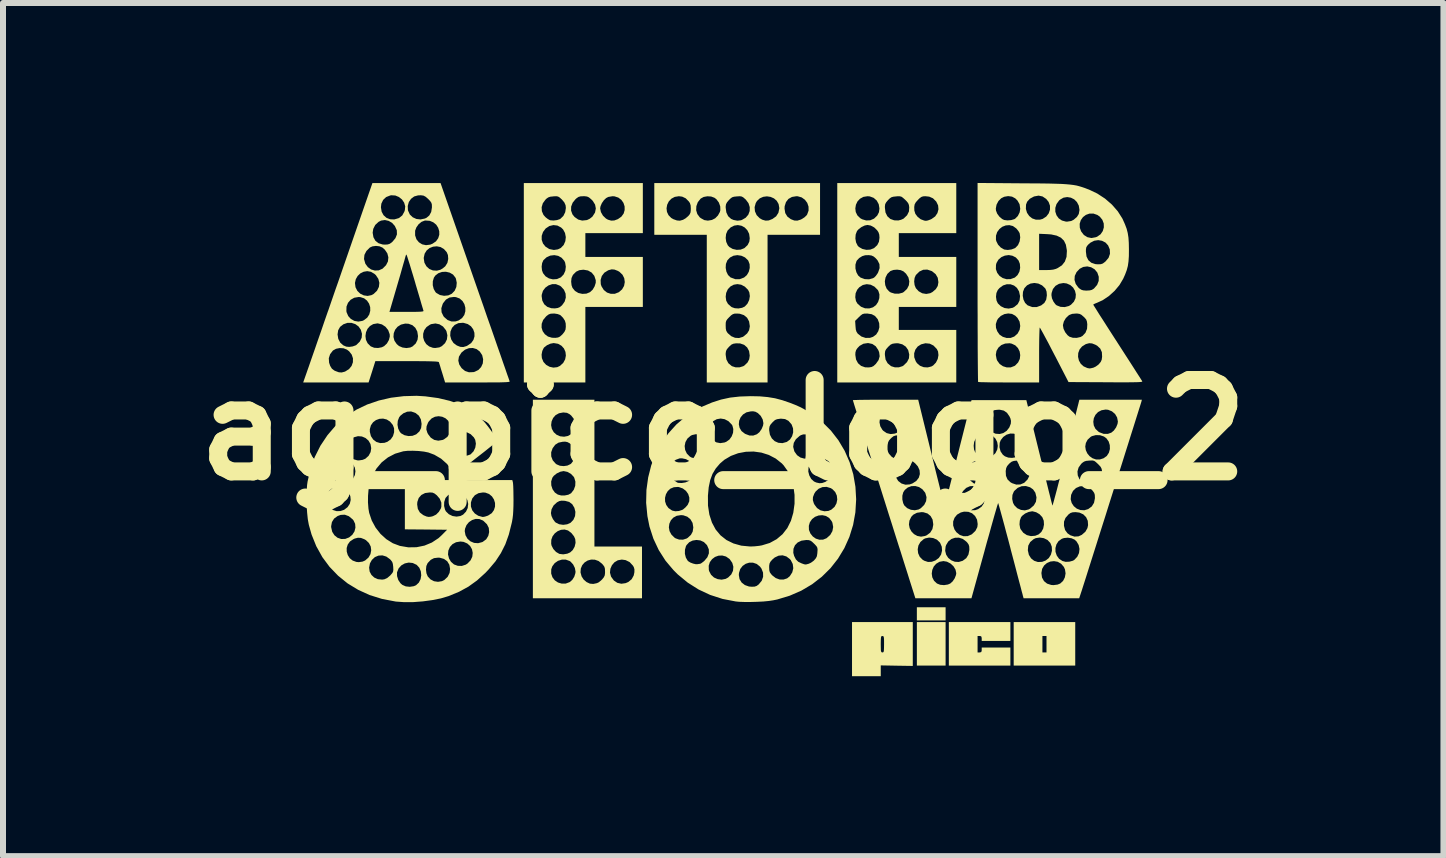
<source format=kicad_pcb>
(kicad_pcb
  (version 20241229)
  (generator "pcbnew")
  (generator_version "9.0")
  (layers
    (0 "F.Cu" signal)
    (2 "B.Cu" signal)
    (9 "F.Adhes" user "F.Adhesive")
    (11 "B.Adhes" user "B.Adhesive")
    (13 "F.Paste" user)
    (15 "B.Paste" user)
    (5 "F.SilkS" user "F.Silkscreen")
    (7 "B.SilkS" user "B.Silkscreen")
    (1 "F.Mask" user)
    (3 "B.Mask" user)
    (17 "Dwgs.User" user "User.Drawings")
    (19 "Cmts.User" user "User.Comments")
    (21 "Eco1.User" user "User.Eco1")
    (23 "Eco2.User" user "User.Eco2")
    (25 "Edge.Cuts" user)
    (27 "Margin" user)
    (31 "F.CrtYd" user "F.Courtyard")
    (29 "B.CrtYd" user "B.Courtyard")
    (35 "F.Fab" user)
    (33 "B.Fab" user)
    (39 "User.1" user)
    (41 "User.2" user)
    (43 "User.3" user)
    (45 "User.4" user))
  (footprint "ag_pico_logo_2"
    (layer "F.Cu")
    (at 9.006 4.119)
    (property "Reference" "ag_pico_logo_2" (at 0 0 0) (layer "F.SilkS") (effects (font (size 1.524 1.524) (thickness 0.3))))
    (attr board_only exclude_from_pos_files exclude_from_bom)
    (fp_poly (pts (xy 3.707 3.173) (xy 3.228 3.173) (xy 3.228 2.954) (xy 3.707 2.954)) (stroke (width 0) (type solid)) (fill yes) (layer "F.SilkS"))
    (fp_poly (pts (xy 3.707 3.926) (xy 3.228 3.926) (xy 3.228 3.201) (xy 3.707 3.201)) (stroke (width 0) (type solid)) (fill yes) (layer "F.SilkS"))
    (fp_poly (pts (xy 5.868 3.926) (xy 4.842 3.926) (xy 4.842 3.707) (xy 5.321 3.707) (xy 5.389 3.707) (xy 5.389 3.433) (xy 5.321 3.433) (xy 5.321 3.707) (xy 4.842 3.707) (xy 4.842 3.201) (xy 5.868 3.201)) (stroke (width 0) (type solid)) (fill yes) (layer "F.SilkS"))
    (fp_poly (pts (xy 4.787 3.515) (xy 4.309 3.515) (xy 4.309 3.474) (xy 4.305 3.445) (xy 4.289 3.434) (xy 4.274 3.433) (xy 4.24 3.433) (xy 4.24 3.707) (xy 4.274 3.707) (xy 4.299 3.702) (xy 4.308 3.684) (xy 4.309 3.666) (xy 4.309 3.625) (xy 4.787 3.625) (xy 4.787 3.926) (xy 3.761 3.926) (xy 3.761 3.201) (xy 4.787 3.201)) (stroke (width 0) (type solid)) (fill yes) (layer "F.SilkS"))
    (fp_poly (pts (xy 3.16 3.932) (xy 2.893 3.928) (xy 2.626 3.923) (xy 2.626 4.103) (xy 2.147 4.103) (xy 2.147 3.57) (xy 2.626 3.57) (xy 2.627 3.632) (xy 2.628 3.672) (xy 2.633 3.694) (xy 2.64 3.704) (xy 2.652 3.707) (xy 2.654 3.707) (xy 2.666 3.705) (xy 2.674 3.696) (xy 2.678 3.675) (xy 2.68 3.637) (xy 2.681 3.577) (xy 2.681 3.57) (xy 2.681 3.508) (xy 2.679 3.468) (xy 2.675 3.445) (xy 2.667 3.436) (xy 2.655 3.433) (xy 2.654 3.433) (xy 2.641 3.435) (xy 2.633 3.444) (xy 2.629 3.465) (xy 2.627 3.503) (xy 2.626 3.563) (xy 2.626 3.57) (xy 2.147 3.57) (xy 2.147 3.201) (xy 3.16 3.201)) (stroke (width 0) (type solid)) (fill yes) (layer "F.SilkS"))
    (fp_poly (pts (xy -2.147 1.942) (xy -1.354 1.942) (xy -1.354 2.804) (xy -3.173 2.804) (xy -3.173 2.392) (xy -2.868 2.392) (xy -2.847 2.454) (xy -2.808 2.505) (xy -2.755 2.541) (xy -2.692 2.56) (xy -2.625 2.559) (xy -2.558 2.534) (xy -2.556 2.533) (xy -2.516 2.497) (xy -2.483 2.445) (xy -2.465 2.387) (xy -2.463 2.372) (xy -2.379 2.372) (xy -2.361 2.439) (xy -2.327 2.492) (xy -2.278 2.534) (xy -2.223 2.56) (xy -2.168 2.565) (xy -2.161 2.564) (xy -2.132 2.558) (xy -2.105 2.552) (xy -2.075 2.538) (xy -2.039 2.509) (xy -2.019 2.49) (xy -1.99 2.454) (xy -1.975 2.422) (xy -1.97 2.383) (xy -1.97 2.376) (xy -1.888 2.376) (xy -1.871 2.44) (xy -1.868 2.446) (xy -1.823 2.508) (xy -1.765 2.547) (xy -1.698 2.562) (xy -1.627 2.552) (xy -1.581 2.532) (xy -1.526 2.486) (xy -1.492 2.424) (xy -1.481 2.371) (xy -1.48 2.322) (xy -1.491 2.284) (xy -1.507 2.258) (xy -1.56 2.201) (xy -1.627 2.168) (xy -1.691 2.159) (xy -1.757 2.171) (xy -1.813 2.204) (xy -1.855 2.253) (xy -1.881 2.312) (xy -1.888 2.376) (xy -1.97 2.376) (xy -1.97 2.359) (xy -1.972 2.312) (xy -1.981 2.279) (xy -2.003 2.248) (xy -2.021 2.228) (xy -2.078 2.183) (xy -2.14 2.161) (xy -2.202 2.159) (xy -2.26 2.175) (xy -2.311 2.207) (xy -2.35 2.252) (xy -2.374 2.308) (xy -2.379 2.372) (xy -2.463 2.372) (xy -2.462 2.359) (xy -2.473 2.299) (xy -2.502 2.24) (xy -2.544 2.194) (xy -2.56 2.183) (xy -2.623 2.16) (xy -2.69 2.16) (xy -2.754 2.18) (xy -2.809 2.218) (xy -2.849 2.271) (xy -2.867 2.321) (xy -2.868 2.392) (xy -3.173 2.392) (xy -3.173 1.895) (xy -2.868 1.895) (xy -2.861 1.927) (xy -2.832 1.983) (xy -2.787 2.032) (xy -2.734 2.063) (xy -2.727 2.065) (xy -2.667 2.072) (xy -2.6 2.061) (xy -2.552 2.04) (xy -2.509 2.001) (xy -2.477 1.945) (xy -2.462 1.882) (xy -2.462 1.87) (xy -2.467 1.818) (xy -2.486 1.774) (xy -2.523 1.726) (xy -2.535 1.713) (xy -2.587 1.674) (xy -2.645 1.658) (xy -2.704 1.663) (xy -2.759 1.685) (xy -2.808 1.722) (xy -2.845 1.771) (xy -2.866 1.829) (xy -2.868 1.895) (xy -3.173 1.895) (xy -3.173 1.384) (xy -2.872 1.384) (xy -2.863 1.432) (xy -2.839 1.484) (xy -2.806 1.529) (xy -2.792 1.542) (xy -2.735 1.57) (xy -2.668 1.58) (xy -2.601 1.571) (xy -2.544 1.545) (xy -2.498 1.497) (xy -2.47 1.434) (xy -2.464 1.364) (xy -2.481 1.296) (xy -2.517 1.236) (xy -2.568 1.198) (xy -2.636 1.18) (xy -2.647 1.179) (xy -2.696 1.177) (xy -2.732 1.184) (xy -2.768 1.203) (xy -2.775 1.208) (xy -2.828 1.257) (xy -2.862 1.321) (xy -2.872 1.384) (xy -3.173 1.384) (xy -3.173 0.856) (xy -2.868 0.856) (xy -2.866 0.923) (xy -2.845 0.987) (xy -2.807 1.041) (xy -2.758 1.075) (xy -2.703 1.09) (xy -2.641 1.09) (xy -2.582 1.078) (xy -2.537 1.054) (xy -2.535 1.052) (xy -2.491 0.995) (xy -2.467 0.929) (xy -2.464 0.86) (xy -2.483 0.795) (xy -2.493 0.778) (xy -2.539 0.73) (xy -2.598 0.697) (xy -2.66 0.684) (xy -2.662 0.684) (xy -2.717 0.695) (xy -2.775 0.723) (xy -2.824 0.762) (xy -2.848 0.794) (xy -2.868 0.856) (xy -3.173 0.856) (xy -3.173 0.37) (xy -2.868 0.37) (xy -2.867 0.439) (xy -2.842 0.504) (xy -2.795 0.558) (xy -2.777 0.572) (xy -2.722 0.595) (xy -2.659 0.601) (xy -2.597 0.592) (xy -2.545 0.567) (xy -2.536 0.56) (xy -2.489 0.499) (xy -2.465 0.432) (xy -2.466 0.362) (xy -2.489 0.297) (xy -2.536 0.239) (xy -2.559 0.221) (xy -2.596 0.201) (xy -2.634 0.193) (xy -2.675 0.195) (xy -2.746 0.21) (xy -2.801 0.245) (xy -2.844 0.303) (xy -2.868 0.37) (xy -3.173 0.37) (xy -3.173 -0.082) (xy -2.869 -0.082) (xy -2.857 -0.021) (xy -2.825 0.036) (xy -2.778 0.078) (xy -2.719 0.104) (xy -2.653 0.111) (xy -2.59 0.099) (xy -2.545 0.074) (xy -2.493 0.015) (xy -2.466 -0.05) (xy -2.465 -0.117) (xy -2.488 -0.183) (xy -2.535 -0.243) (xy -2.562 -0.265) (xy -2.605 -0.287) (xy -2.662 -0.293) (xy -2.669 -0.293) (xy -2.738 -0.28) (xy -2.795 -0.248) (xy -2.836 -0.201) (xy -2.861 -0.144) (xy -2.869 -0.082) (xy -3.173 -0.082) (xy -3.173 -0.506) (xy -2.147 -0.506)) (stroke (width 0) (type solid)) (fill yes) (layer "F.SilkS"))
    (fp_poly (pts (xy -1.34 -3.283) (xy -2.298 -3.283) (xy -2.298 -2.886) (xy -1.34 -2.886) (xy -1.34 -2.052) (xy -2.298 -2.052) (xy -2.298 -0.793) (xy -3.324 -0.793) (xy -3.324 -1.257) (xy -3.028 -1.257) (xy -3.023 -1.199) (xy -2.997 -1.136) (xy -2.952 -1.087) (xy -2.895 -1.055) (xy -2.832 -1.041) (xy -2.768 -1.048) (xy -2.721 -1.07) (xy -2.667 -1.12) (xy -2.635 -1.179) (xy -2.623 -1.241) (xy -2.63 -1.303) (xy -2.655 -1.36) (xy -2.697 -1.406) (xy -2.753 -1.438) (xy -2.824 -1.45) (xy -2.827 -1.45) (xy -2.881 -1.44) (xy -2.938 -1.414) (xy -2.983 -1.379) (xy -2.992 -1.369) (xy -3.016 -1.319) (xy -3.028 -1.257) (xy -3.324 -1.257) (xy -3.324 -1.708) (xy -3.028 -1.708) (xy -3.01 -1.649) (xy -2.974 -1.598) (xy -2.922 -1.559) (xy -2.855 -1.539) (xy -2.798 -1.537) (xy -2.754 -1.543) (xy -2.722 -1.558) (xy -2.689 -1.587) (xy -2.678 -1.598) (xy -2.647 -1.637) (xy -2.629 -1.675) (xy -2.624 -1.721) (xy -2.626 -1.778) (xy -2.639 -1.823) (xy -2.67 -1.871) (xy -2.709 -1.911) (xy -2.723 -1.92) (xy -2.761 -1.934) (xy -2.811 -1.942) (xy -2.83 -1.942) (xy -2.875 -1.94) (xy -2.909 -1.928) (xy -2.943 -1.903) (xy -2.954 -1.893) (xy -3.002 -1.835) (xy -3.026 -1.771) (xy -3.028 -1.708) (xy -3.324 -1.708) (xy -3.324 -2.233) (xy -3.027 -2.233) (xy -3.016 -2.158) (xy -2.984 -2.097) (xy -2.933 -2.054) (xy -2.866 -2.031) (xy -2.806 -2.028) (xy -2.758 -2.035) (xy -2.723 -2.05) (xy -2.688 -2.079) (xy -2.686 -2.081) (xy -2.643 -2.142) (xy -2.624 -2.208) (xy -2.628 -2.276) (xy -2.655 -2.339) (xy -2.704 -2.393) (xy -2.726 -2.408) (xy -2.788 -2.432) (xy -2.852 -2.432) (xy -2.913 -2.411) (xy -2.966 -2.373) (xy -3.005 -2.321) (xy -3.025 -2.257) (xy -3.027 -2.233) (xy -3.324 -2.233) (xy -3.324 -2.475) (xy -2.535 -2.475) (xy -2.528 -2.413) (xy -2.512 -2.369) (xy -2.471 -2.319) (xy -2.415 -2.285) (xy -2.349 -2.27) (xy -2.281 -2.274) (xy -2.222 -2.298) (xy -2.177 -2.339) (xy -2.144 -2.395) (xy -2.125 -2.455) (xy -2.125 -2.5) (xy -2.126 -2.502) (xy -2.044 -2.502) (xy -2.041 -2.431) (xy -2.029 -2.396) (xy -1.991 -2.335) (xy -1.937 -2.292) (xy -1.874 -2.271) (xy -1.806 -2.272) (xy -1.74 -2.298) (xy -1.686 -2.345) (xy -1.653 -2.403) (xy -1.641 -2.467) (xy -1.65 -2.531) (xy -1.679 -2.589) (xy -1.729 -2.637) (xy -1.756 -2.653) (xy -1.812 -2.675) (xy -1.859 -2.679) (xy -1.909 -2.666) (xy -1.919 -2.662) (xy -1.982 -2.623) (xy -2.024 -2.568) (xy -2.044 -2.502) (xy -2.126 -2.502) (xy -2.149 -2.571) (xy -2.193 -2.625) (xy -2.254 -2.66) (xy -2.329 -2.673) (xy -2.332 -2.673) (xy -2.399 -2.665) (xy -2.452 -2.64) (xy -2.5 -2.592) (xy -2.508 -2.581) (xy -2.529 -2.534) (xy -2.535 -2.475) (xy -3.324 -2.475) (xy -3.324 -2.724) (xy -3.027 -2.724) (xy -3.021 -2.663) (xy -3.004 -2.616) (xy -2.962 -2.563) (xy -2.905 -2.528) (xy -2.839 -2.512) (xy -2.771 -2.517) (xy -2.708 -2.545) (xy -2.705 -2.547) (xy -2.66 -2.594) (xy -2.632 -2.655) (xy -2.624 -2.723) (xy -2.635 -2.79) (xy -2.649 -2.821) (xy -2.694 -2.872) (xy -2.751 -2.904) (xy -2.816 -2.916) (xy -2.883 -2.908) (xy -2.945 -2.88) (xy -2.997 -2.832) (xy -2.999 -2.829) (xy -3.019 -2.783) (xy -3.027 -2.724) (xy -3.324 -2.724) (xy -3.324 -3.237) (xy -3.026 -3.237) (xy -3.026 -3.171) (xy -3.004 -3.109) (xy -2.962 -3.057) (xy -2.902 -3.019) (xy -2.893 -3.016) (xy -2.823 -3.002) (xy -2.756 -3.012) (xy -2.708 -3.035) (xy -2.66 -3.085) (xy -2.632 -3.148) (xy -2.624 -3.216) (xy -2.637 -3.284) (xy -2.669 -3.344) (xy -2.702 -3.376) (xy -2.764 -3.409) (xy -2.831 -3.417) (xy -2.898 -3.401) (xy -2.959 -3.361) (xy -2.96 -3.36) (xy -3.004 -3.302) (xy -3.026 -3.237) (xy -3.324 -3.237) (xy -3.324 -3.715) (xy -3.027 -3.715) (xy -3.023 -3.648) (xy -2.996 -3.586) (xy -2.961 -3.547) (xy -2.925 -3.519) (xy -2.892 -3.5) (xy -2.881 -3.497) (xy -2.829 -3.493) (xy -2.771 -3.5) (xy -2.723 -3.516) (xy -2.715 -3.521) (xy -2.665 -3.569) (xy -2.634 -3.632) (xy -2.63 -3.658) (xy -2.536 -3.658) (xy -2.513 -3.595) (xy -2.478 -3.552) (xy -2.417 -3.509) (xy -2.351 -3.492) (xy -2.275 -3.5) (xy -2.268 -3.502) (xy -2.226 -3.522) (xy -2.185 -3.554) (xy -2.177 -3.563) (xy -2.137 -3.626) (xy -2.124 -3.692) (xy -2.124 -3.696) (xy -2.052 -3.696) (xy -2.039 -3.634) (xy -2.005 -3.574) (xy -1.955 -3.526) (xy -1.922 -3.507) (xy -1.867 -3.491) (xy -1.815 -3.494) (xy -1.756 -3.516) (xy -1.698 -3.557) (xy -1.66 -3.609) (xy -1.643 -3.668) (xy -1.644 -3.729) (xy -1.663 -3.787) (xy -1.698 -3.837) (xy -1.748 -3.875) (xy -1.812 -3.896) (xy -1.846 -3.898) (xy -1.916 -3.886) (xy -1.952 -3.867) (xy -1.989 -3.832) (xy -2.023 -3.783) (xy -2.045 -3.732) (xy -2.052 -3.696) (xy -2.124 -3.696) (xy -2.136 -3.758) (xy -2.175 -3.821) (xy -2.203 -3.849) (xy -2.239 -3.879) (xy -2.27 -3.893) (xy -2.31 -3.898) (xy -2.332 -3.898) (xy -2.379 -3.896) (xy -2.413 -3.886) (xy -2.445 -3.864) (xy -2.462 -3.849) (xy -2.51 -3.79) (xy -2.535 -3.725) (xy -2.536 -3.658) (xy -2.63 -3.658) (xy -2.623 -3.703) (xy -2.628 -3.748) (xy -2.649 -3.795) (xy -2.69 -3.844) (xy -2.695 -3.848) (xy -2.728 -3.878) (xy -2.754 -3.893) (xy -2.784 -3.898) (xy -2.829 -3.896) (xy -2.833 -3.895) (xy -2.883 -3.89) (xy -2.917 -3.878) (xy -2.947 -3.857) (xy -2.963 -3.841) (xy -3.007 -3.781) (xy -3.027 -3.715) (xy -3.324 -3.715) (xy -3.324 -4.117) (xy -1.34 -4.117)) (stroke (width 0) (type solid)) (fill yes) (layer "F.SilkS"))
    (fp_poly (pts (xy 1.614 -3.255) (xy 0.739 -3.255) (xy 0.739 -0.793) (xy -0.274 -0.793) (xy -0.274 -1.254) (xy 0.041 -1.254) (xy 0.053 -1.176) (xy 0.086 -1.114) (xy 0.142 -1.067) (xy 0.151 -1.063) (xy 0.209 -1.045) (xy 0.274 -1.046) (xy 0.333 -1.064) (xy 0.353 -1.076) (xy 0.405 -1.126) (xy 0.433 -1.18) (xy 0.442 -1.241) (xy 0.431 -1.317) (xy 0.399 -1.377) (xy 0.348 -1.421) (xy 0.282 -1.444) (xy 0.214 -1.446) (xy 0.169 -1.439) (xy 0.136 -1.424) (xy 0.102 -1.393) (xy 0.093 -1.384) (xy 0.062 -1.348) (xy 0.047 -1.318) (xy 0.041 -1.28) (xy 0.041 -1.254) (xy -0.274 -1.254) (xy -0.274 -1.74) (xy 0.041 -1.74) (xy 0.043 -1.689) (xy 0.051 -1.654) (xy 0.069 -1.624) (xy 0.078 -1.613) (xy 0.133 -1.565) (xy 0.197 -1.538) (xy 0.263 -1.534) (xy 0.326 -1.553) (xy 0.342 -1.563) (xy 0.399 -1.611) (xy 0.431 -1.663) (xy 0.443 -1.726) (xy 0.443 -1.735) (xy 0.431 -1.811) (xy 0.398 -1.872) (xy 0.345 -1.916) (xy 0.276 -1.939) (xy 0.232 -1.942) (xy 0.19 -1.941) (xy 0.161 -1.932) (xy 0.132 -1.913) (xy 0.101 -1.883) (xy 0.068 -1.848) (xy 0.05 -1.821) (xy 0.042 -1.79) (xy 0.041 -1.744) (xy 0.041 -1.74) (xy -0.274 -1.74) (xy -0.274 -2.222) (xy 0.041 -2.222) (xy 0.05 -2.156) (xy 0.079 -2.103) (xy 0.131 -2.057) (xy 0.142 -2.049) (xy 0.193 -2.031) (xy 0.254 -2.027) (xy 0.315 -2.038) (xy 0.359 -2.059) (xy 0.404 -2.107) (xy 0.433 -2.168) (xy 0.444 -2.233) (xy 0.435 -2.295) (xy 0.414 -2.337) (xy 0.36 -2.391) (xy 0.299 -2.423) (xy 0.236 -2.433) (xy 0.175 -2.423) (xy 0.121 -2.394) (xy 0.077 -2.348) (xy 0.049 -2.286) (xy 0.041 -2.222) (xy -0.274 -2.222) (xy -0.274 -2.704) (xy 0.041 -2.704) (xy 0.053 -2.64) (xy 0.08 -2.585) (xy 0.12 -2.546) (xy 0.126 -2.543) (xy 0.201 -2.515) (xy 0.273 -2.515) (xy 0.346 -2.542) (xy 0.348 -2.543) (xy 0.394 -2.583) (xy 0.426 -2.638) (xy 0.442 -2.702) (xy 0.44 -2.765) (xy 0.419 -2.821) (xy 0.414 -2.829) (xy 0.363 -2.878) (xy 0.302 -2.906) (xy 0.235 -2.916) (xy 0.17 -2.906) (xy 0.113 -2.876) (xy 0.068 -2.828) (xy 0.068 -2.827) (xy 0.045 -2.769) (xy 0.041 -2.704) (xy -0.274 -2.704) (xy -0.274 -3.202) (xy 0.041 -3.202) (xy 0.05 -3.137) (xy 0.076 -3.08) (xy 0.102 -3.051) (xy 0.158 -3.019) (xy 0.225 -3.004) (xy 0.291 -3.008) (xy 0.349 -3.031) (xy 0.355 -3.035) (xy 0.407 -3.084) (xy 0.435 -3.141) (xy 0.442 -3.197) (xy 0.432 -3.271) (xy 0.402 -3.331) (xy 0.358 -3.377) (xy 0.304 -3.406) (xy 0.243 -3.417) (xy 0.182 -3.408) (xy 0.124 -3.378) (xy 0.073 -3.326) (xy 0.072 -3.324) (xy 0.048 -3.268) (xy 0.041 -3.202) (xy -0.274 -3.202) (xy -0.274 -3.255) (xy -1.149 -3.255) (xy -1.149 -3.697) (xy -0.945 -3.697) (xy -0.938 -3.637) (xy -0.912 -3.582) (xy -0.867 -3.536) (xy -0.831 -3.515) (xy -0.772 -3.494) (xy -0.723 -3.49) (xy -0.673 -3.504) (xy -0.666 -3.507) (xy -0.628 -3.529) (xy -0.589 -3.562) (xy -0.581 -3.569) (xy -0.557 -3.599) (xy -0.545 -3.628) (xy -0.541 -3.664) (xy -0.451 -3.664) (xy -0.432 -3.601) (xy -0.392 -3.547) (xy -0.373 -3.532) (xy -0.315 -3.5) (xy -0.256 -3.491) (xy -0.189 -3.502) (xy -0.134 -3.53) (xy -0.088 -3.577) (xy -0.056 -3.635) (xy -0.048 -3.665) (xy -0.049 -3.707) (xy 0.041 -3.707) (xy 0.052 -3.628) (xy 0.082 -3.565) (xy 0.131 -3.52) (xy 0.173 -3.502) (xy 0.237 -3.49) (xy 0.294 -3.497) (xy 0.31 -3.502) (xy 0.374 -3.539) (xy 0.418 -3.59) (xy 0.441 -3.651) (xy 0.442 -3.715) (xy 0.523 -3.715) (xy 0.529 -3.646) (xy 0.557 -3.583) (xy 0.607 -3.532) (xy 0.65 -3.507) (xy 0.705 -3.491) (xy 0.759 -3.494) (xy 0.821 -3.519) (xy 0.821 -3.519) (xy 0.882 -3.563) (xy 0.92 -3.622) (xy 0.934 -3.691) (xy 1.022 -3.691) (xy 1.034 -3.617) (xy 1.069 -3.559) (xy 1.126 -3.516) (xy 1.128 -3.515) (xy 1.185 -3.493) (xy 1.236 -3.491) (xy 1.291 -3.508) (xy 1.313 -3.519) (xy 1.356 -3.547) (xy 1.391 -3.581) (xy 1.399 -3.593) (xy 1.423 -3.659) (xy 1.422 -3.725) (xy 1.401 -3.787) (xy 1.362 -3.839) (xy 1.308 -3.878) (xy 1.242 -3.897) (xy 1.219 -3.898) (xy 1.146 -3.886) (xy 1.087 -3.853) (xy 1.046 -3.8) (xy 1.024 -3.731) (xy 1.022 -3.691) (xy 0.934 -3.691) (xy 0.935 -3.695) (xy 0.935 -3.702) (xy 0.923 -3.768) (xy 0.892 -3.822) (xy 0.846 -3.862) (xy 0.789 -3.887) (xy 0.728 -3.896) (xy 0.667 -3.888) (xy 0.61 -3.863) (xy 0.563 -3.819) (xy 0.542 -3.784) (xy 0.523 -3.715) (xy 0.442 -3.715) (xy 0.442 -3.717) (xy 0.421 -3.782) (xy 0.376 -3.842) (xy 0.367 -3.85) (xy 0.334 -3.879) (xy 0.308 -3.893) (xy 0.278 -3.898) (xy 0.231 -3.895) (xy 0.229 -3.895) (xy 0.18 -3.89) (xy 0.148 -3.88) (xy 0.12 -3.859) (xy 0.094 -3.833) (xy 0.063 -3.796) (xy 0.047 -3.766) (xy 0.041 -3.729) (xy 0.041 -3.707) (xy -0.049 -3.707) (xy -0.05 -3.729) (xy -0.073 -3.793) (xy -0.114 -3.848) (xy -0.145 -3.872) (xy -0.201 -3.893) (xy -0.264 -3.897) (xy -0.326 -3.886) (xy -0.375 -3.859) (xy -0.378 -3.856) (xy -0.424 -3.798) (xy -0.448 -3.732) (xy -0.451 -3.664) (xy -0.541 -3.664) (xy -0.541 -3.669) (xy -0.54 -3.691) (xy -0.543 -3.745) (xy -0.555 -3.783) (xy -0.572 -3.809) (xy -0.625 -3.863) (xy -0.684 -3.891) (xy -0.739 -3.898) (xy -0.808 -3.887) (xy -0.864 -3.857) (xy -0.907 -3.812) (xy -0.934 -3.757) (xy -0.945 -3.697) (xy -1.149 -3.697) (xy -1.149 -4.117) (xy 1.614 -4.117)) (stroke (width 0) (type solid)) (fill yes) (layer "F.SilkS"))
    (fp_poly (pts (xy 3.885 -3.283) (xy 2.927 -3.283) (xy 2.927 -2.886) (xy 3.885 -2.886) (xy 3.885 -2.052) (xy 2.927 -2.052) (xy 2.927 -1.669) (xy 3.885 -1.669) (xy 3.885 -0.793) (xy 1.901 -0.793) (xy 1.901 -1.253) (xy 2.202 -1.253) (xy 2.214 -1.176) (xy 2.247 -1.114) (xy 2.298 -1.07) (xy 2.365 -1.046) (xy 2.427 -1.044) (xy 2.472 -1.051) (xy 2.505 -1.067) (xy 2.539 -1.098) (xy 2.545 -1.104) (xy 2.59 -1.167) (xy 2.608 -1.23) (xy 2.605 -1.254) (xy 2.695 -1.254) (xy 2.706 -1.176) (xy 2.74 -1.114) (xy 2.796 -1.067) (xy 2.804 -1.063) (xy 2.863 -1.045) (xy 2.929 -1.046) (xy 2.989 -1.065) (xy 3.007 -1.077) (xy 3.064 -1.133) (xy 3.096 -1.196) (xy 3.101 -1.26) (xy 3.096 -1.28) (xy 3.183 -1.28) (xy 3.184 -1.214) (xy 3.209 -1.147) (xy 3.23 -1.115) (xy 3.28 -1.072) (xy 3.342 -1.048) (xy 3.408 -1.044) (xy 3.471 -1.06) (xy 3.5 -1.077) (xy 3.546 -1.125) (xy 3.576 -1.185) (xy 3.588 -1.249) (xy 3.581 -1.31) (xy 3.561 -1.351) (xy 3.505 -1.409) (xy 3.443 -1.44) (xy 3.372 -1.447) (xy 3.371 -1.447) (xy 3.299 -1.429) (xy 3.242 -1.393) (xy 3.203 -1.341) (xy 3.183 -1.28) (xy 3.096 -1.28) (xy 3.083 -1.334) (xy 3.043 -1.391) (xy 2.986 -1.429) (xy 2.915 -1.447) (xy 2.868 -1.446) (xy 2.823 -1.439) (xy 2.79 -1.424) (xy 2.756 -1.393) (xy 2.747 -1.384) (xy 2.716 -1.348) (xy 2.7 -1.318) (xy 2.695 -1.28) (xy 2.695 -1.254) (xy 2.605 -1.254) (xy 2.599 -1.298) (xy 2.584 -1.335) (xy 2.542 -1.397) (xy 2.486 -1.435) (xy 2.417 -1.45) (xy 2.41 -1.45) (xy 2.337 -1.439) (xy 2.274 -1.404) (xy 2.238 -1.367) (xy 2.215 -1.333) (xy 2.204 -1.295) (xy 2.202 -1.253) (xy 1.901 -1.253) (xy 1.901 -1.82) (xy 2.199 -1.82) (xy 2.205 -1.731) (xy 2.21 -1.676) (xy 2.222 -1.638) (xy 2.241 -1.609) (xy 2.244 -1.606) (xy 2.304 -1.559) (xy 2.373 -1.536) (xy 2.446 -1.537) (xy 2.497 -1.554) (xy 2.55 -1.593) (xy 2.585 -1.648) (xy 2.603 -1.713) (xy 2.6 -1.781) (xy 2.576 -1.847) (xy 2.573 -1.851) (xy 2.53 -1.902) (xy 2.476 -1.931) (xy 2.405 -1.942) (xy 2.393 -1.942) (xy 2.352 -1.941) (xy 2.322 -1.933) (xy 2.294 -1.913) (xy 2.26 -1.881) (xy 2.199 -1.82) (xy 1.901 -1.82) (xy 1.901 -2.214) (xy 2.201 -2.214) (xy 2.213 -2.15) (xy 2.239 -2.106) (xy 2.297 -2.056) (xy 2.365 -2.029) (xy 2.437 -2.028) (xy 2.497 -2.046) (xy 2.547 -2.083) (xy 2.582 -2.136) (xy 2.602 -2.199) (xy 2.604 -2.262) (xy 2.586 -2.32) (xy 2.576 -2.336) (xy 2.521 -2.391) (xy 2.458 -2.423) (xy 2.392 -2.432) (xy 2.327 -2.418) (xy 2.268 -2.38) (xy 2.233 -2.339) (xy 2.207 -2.28) (xy 2.201 -2.214) (xy 1.901 -2.214) (xy 1.901 -2.48) (xy 2.694 -2.48) (xy 2.701 -2.415) (xy 2.725 -2.356) (xy 2.767 -2.31) (xy 2.794 -2.293) (xy 2.858 -2.274) (xy 2.926 -2.273) (xy 2.988 -2.289) (xy 3.009 -2.301) (xy 3.064 -2.353) (xy 3.095 -2.414) (xy 3.102 -2.477) (xy 3.183 -2.477) (xy 3.19 -2.417) (xy 3.211 -2.365) (xy 3.259 -2.313) (xy 3.318 -2.28) (xy 3.384 -2.269) (xy 3.45 -2.281) (xy 3.488 -2.301) (xy 3.544 -2.349) (xy 3.576 -2.402) (xy 3.587 -2.464) (xy 3.587 -2.465) (xy 3.576 -2.539) (xy 3.541 -2.599) (xy 3.483 -2.646) (xy 3.474 -2.651) (xy 3.402 -2.675) (xy 3.334 -2.672) (xy 3.271 -2.643) (xy 3.214 -2.587) (xy 3.21 -2.582) (xy 3.19 -2.536) (xy 3.183 -2.477) (xy 3.102 -2.477) (xy 3.102 -2.479) (xy 3.087 -2.545) (xy 3.048 -2.606) (xy 3.005 -2.645) (xy 2.958 -2.666) (xy 2.899 -2.674) (xy 2.838 -2.669) (xy 2.788 -2.651) (xy 2.785 -2.649) (xy 2.736 -2.603) (xy 2.706 -2.544) (xy 2.694 -2.48) (xy 1.901 -2.48) (xy 1.901 -2.693) (xy 2.204 -2.693) (xy 2.22 -2.63) (xy 2.249 -2.577) (xy 2.289 -2.542) (xy 2.359 -2.516) (xy 2.431 -2.513) (xy 2.496 -2.531) (xy 2.517 -2.543) (xy 2.543 -2.569) (xy 2.571 -2.608) (xy 2.583 -2.63) (xy 2.607 -2.7) (xy 2.604 -2.766) (xy 2.574 -2.827) (xy 2.544 -2.862) (xy 2.508 -2.893) (xy 2.471 -2.91) (xy 2.426 -2.916) (xy 2.366 -2.914) (xy 2.317 -2.899) (xy 2.267 -2.868) (xy 2.229 -2.828) (xy 2.222 -2.817) (xy 2.204 -2.758) (xy 2.204 -2.693) (xy 1.901 -2.693) (xy 1.901 -3.194) (xy 2.203 -3.194) (xy 2.214 -3.129) (xy 2.241 -3.074) (xy 2.263 -3.051) (xy 2.32 -3.019) (xy 2.386 -3.004) (xy 2.452 -3.008) (xy 2.51 -3.031) (xy 2.516 -3.035) (xy 2.568 -3.083) (xy 2.596 -3.139) (xy 2.605 -3.206) (xy 2.601 -3.258) (xy 2.588 -3.297) (xy 2.566 -3.33) (xy 2.517 -3.378) (xy 2.459 -3.409) (xy 2.405 -3.419) (xy 2.359 -3.41) (xy 2.306 -3.385) (xy 2.259 -3.35) (xy 2.23 -3.318) (xy 2.208 -3.26) (xy 2.203 -3.194) (xy 1.901 -3.194) (xy 1.901 -3.695) (xy 2.202 -3.695) (xy 2.209 -3.635) (xy 2.236 -3.579) (xy 2.282 -3.533) (xy 2.315 -3.514) (xy 2.383 -3.494) (xy 2.451 -3.497) (xy 2.509 -3.522) (xy 2.515 -3.525) (xy 2.567 -3.575) (xy 2.596 -3.631) (xy 2.604 -3.692) (xy 2.602 -3.707) (xy 2.695 -3.707) (xy 2.705 -3.627) (xy 2.736 -3.564) (xy 2.786 -3.519) (xy 2.851 -3.496) (xy 2.919 -3.494) (xy 2.964 -3.505) (xy 3.004 -3.523) (xy 3.008 -3.526) (xy 3.065 -3.581) (xy 3.096 -3.644) (xy 3.101 -3.713) (xy 3.1 -3.719) (xy 3.184 -3.719) (xy 3.186 -3.659) (xy 3.203 -3.604) (xy 3.241 -3.554) (xy 3.292 -3.514) (xy 3.351 -3.492) (xy 3.379 -3.488) (xy 3.412 -3.494) (xy 3.455 -3.51) (xy 3.474 -3.519) (xy 3.533 -3.561) (xy 3.571 -3.617) (xy 3.588 -3.68) (xy 3.582 -3.745) (xy 3.552 -3.807) (xy 3.55 -3.81) (xy 3.497 -3.863) (xy 3.434 -3.891) (xy 3.37 -3.898) (xy 3.332 -3.896) (xy 3.303 -3.886) (xy 3.273 -3.864) (xy 3.247 -3.838) (xy 3.211 -3.798) (xy 3.191 -3.762) (xy 3.184 -3.719) (xy 3.1 -3.719) (xy 3.095 -3.753) (xy 3.082 -3.784) (xy 3.056 -3.816) (xy 3.031 -3.841) (xy 2.995 -3.873) (xy 2.969 -3.891) (xy 2.941 -3.897) (xy 2.902 -3.897) (xy 2.883 -3.895) (xy 2.835 -3.89) (xy 2.802 -3.88) (xy 2.774 -3.86) (xy 2.747 -3.833) (xy 2.716 -3.796) (xy 2.7 -3.766) (xy 2.695 -3.729) (xy 2.695 -3.707) (xy 2.602 -3.707) (xy 2.592 -3.765) (xy 2.559 -3.826) (xy 2.508 -3.871) (xy 2.443 -3.895) (xy 2.405 -3.898) (xy 2.336 -3.887) (xy 2.28 -3.856) (xy 2.238 -3.811) (xy 2.212 -3.756) (xy 2.202 -3.695) (xy 1.901 -3.695) (xy 1.901 -4.117) (xy 3.885 -4.117)) (stroke (width 0) (type solid)) (fill yes) (layer "F.SilkS"))
    (fp_poly (pts (xy -4.139 -2.472) (xy -4.068 -2.268) (xy -3.999 -2.071) (xy -3.934 -1.882) (xy -3.871 -1.704) (xy -3.813 -1.537) (xy -3.76 -1.384) (xy -3.711 -1.245) (xy -3.669 -1.123) (xy -3.632 -1.018) (xy -3.603 -0.933) (xy -3.58 -0.869) (xy -3.566 -0.828) (xy -3.56 -0.811) (xy -3.56 -0.81) (xy -3.563 -0.806) (xy -3.579 -0.802) (xy -3.61 -0.799) (xy -3.656 -0.797) (xy -3.721 -0.795) (xy -3.807 -0.794) (xy -3.915 -0.794) (xy -4.048 -0.793) (xy -4.095 -0.793) (xy -4.636 -0.793) (xy -4.685 -0.954) (xy -4.705 -1.017) (xy -4.721 -1.072) (xy -4.734 -1.112) (xy -4.74 -1.132) (xy -4.74 -1.132) (xy -4.747 -1.136) (xy -4.767 -1.14) (xy -4.802 -1.143) (xy -4.855 -1.145) (xy -4.926 -1.147) (xy -5.018 -1.148) (xy -5.134 -1.149) (xy -5.272 -1.149) (xy -5.799 -1.149) (xy -5.855 -0.971) (xy -5.912 -0.793) (xy -7.002 -0.793) (xy -6.943 -0.961) (xy -6.931 -0.996) (xy -6.91 -1.055) (xy -6.882 -1.136) (xy -6.861 -1.197) (xy -6.575 -1.197) (xy -6.57 -1.123) (xy -6.552 -1.07) (xy -6.524 -1.024) (xy -6.484 -0.993) (xy -6.467 -0.985) (xy -6.408 -0.963) (xy -6.36 -0.96) (xy -6.31 -0.973) (xy -6.302 -0.976) (xy -6.238 -1.016) (xy -6.195 -1.069) (xy -6.173 -1.131) (xy -6.173 -1.157) (xy -4.416 -1.157) (xy -4.4 -1.092) (xy -4.361 -1.032) (xy -4.304 -0.985) (xy -4.239 -0.963) (xy -4.164 -0.966) (xy -4.142 -0.972) (xy -4.081 -1.002) (xy -4.036 -1.05) (xy -4.008 -1.111) (xy -4.002 -1.179) (xy -4.018 -1.248) (xy -4.019 -1.25) (xy -4.059 -1.31) (xy -4.112 -1.35) (xy -4.174 -1.368) (xy -4.239 -1.365) (xy -4.304 -1.34) (xy -4.362 -1.293) (xy -4.368 -1.285) (xy -4.406 -1.223) (xy -4.416 -1.157) (xy -6.173 -1.157) (xy -6.172 -1.195) (xy -6.193 -1.258) (xy -6.236 -1.313) (xy -6.273 -1.341) (xy -6.329 -1.363) (xy -6.393 -1.367) (xy -6.454 -1.355) (xy -6.504 -1.327) (xy -6.506 -1.326) (xy -6.553 -1.265) (xy -6.575 -1.197) (xy -6.861 -1.197) (xy -6.847 -1.237) (xy -6.805 -1.357) (xy -6.758 -1.494) (xy -6.723 -1.594) (xy -6.429 -1.594) (xy -6.417 -1.52) (xy -6.384 -1.457) (xy -6.333 -1.412) (xy -6.285 -1.391) (xy -6.234 -1.386) (xy -6.177 -1.394) (xy -6.127 -1.412) (xy -6.115 -1.419) (xy -6.058 -1.475) (xy -6.027 -1.539) (xy -6.025 -1.568) (xy -5.964 -1.568) (xy -5.956 -1.505) (xy -5.928 -1.447) (xy -5.879 -1.398) (xy -5.873 -1.394) (xy -5.819 -1.372) (xy -5.754 -1.368) (xy -5.691 -1.38) (xy -5.653 -1.399) (xy -5.606 -1.443) (xy -5.573 -1.501) (xy -5.56 -1.552) (xy -5.497 -1.552) (xy -5.481 -1.49) (xy -5.443 -1.434) (xy -5.405 -1.401) (xy -5.347 -1.376) (xy -5.281 -1.367) (xy -5.217 -1.376) (xy -5.179 -1.394) (xy -5.126 -1.443) (xy -5.096 -1.504) (xy -5.088 -1.566) (xy -5.094 -1.606) (xy -5.002 -1.606) (xy -5.002 -1.544) (xy -4.984 -1.485) (xy -4.951 -1.433) (xy -4.902 -1.394) (xy -4.84 -1.371) (xy -4.801 -1.368) (xy -4.732 -1.378) (xy -4.69 -1.399) (xy -4.637 -1.449) (xy -4.606 -1.511) (xy -4.599 -1.573) (xy -4.551 -1.573) (xy -4.533 -1.508) (xy -4.496 -1.451) (xy -4.441 -1.41) (xy -4.383 -1.387) (xy -4.333 -1.384) (xy -4.279 -1.4) (xy -4.262 -1.409) (xy -4.202 -1.45) (xy -4.164 -1.503) (xy -4.146 -1.562) (xy -4.148 -1.622) (xy -4.168 -1.68) (xy -4.205 -1.73) (xy -4.259 -1.767) (xy -4.328 -1.787) (xy -4.342 -1.788) (xy -4.416 -1.782) (xy -4.477 -1.752) (xy -4.521 -1.704) (xy -4.547 -1.641) (xy -4.551 -1.573) (xy -4.599 -1.573) (xy -4.598 -1.579) (xy -4.614 -1.648) (xy -4.624 -1.667) (xy -4.671 -1.726) (xy -4.731 -1.763) (xy -4.797 -1.777) (xy -4.867 -1.766) (xy -4.888 -1.757) (xy -4.946 -1.717) (xy -4.984 -1.665) (xy -5.002 -1.606) (xy -5.094 -1.606) (xy -5.1 -1.643) (xy -5.132 -1.704) (xy -5.181 -1.748) (xy -5.246 -1.772) (xy -5.301 -1.775) (xy -5.372 -1.758) (xy -5.429 -1.722) (xy -5.469 -1.673) (xy -5.492 -1.615) (xy -5.497 -1.552) (xy -5.56 -1.552) (xy -5.558 -1.562) (xy -5.56 -1.597) (xy -5.585 -1.666) (xy -5.63 -1.722) (xy -5.689 -1.761) (xy -5.757 -1.778) (xy -5.768 -1.778) (xy -5.835 -1.766) (xy -5.889 -1.734) (xy -5.93 -1.687) (xy -5.955 -1.63) (xy -5.964 -1.568) (xy -6.025 -1.568) (xy -6.022 -1.604) (xy -6.041 -1.672) (xy -6.079 -1.727) (xy -6.133 -1.766) (xy -6.197 -1.787) (xy -6.264 -1.787) (xy -6.332 -1.763) (xy -6.332 -1.763) (xy -6.387 -1.72) (xy -6.419 -1.663) (xy -6.429 -1.594) (xy -6.723 -1.594) (xy -6.705 -1.645) (xy -6.649 -1.809) (xy -6.588 -1.984) (xy -6.587 -1.985) (xy -6.282 -1.985) (xy -6.279 -1.965) (xy -6.251 -1.9) (xy -6.206 -1.851) (xy -6.147 -1.819) (xy -6.082 -1.808) (xy -6.015 -1.82) (xy -5.991 -1.831) (xy -5.935 -1.873) (xy -5.9 -1.927) (xy -5.889 -1.97) (xy -5.564 -1.97) (xy -5.277 -1.97) (xy -5.177 -1.97) (xy -5.102 -1.971) (xy -5.05 -1.973) (xy -5.016 -1.976) (xy -4.999 -1.981) (xy -4.996 -1.987) (xy -5.001 -2.003) (xy -5.009 -2.031) (xy -4.699 -2.031) (xy -4.695 -1.963) (xy -4.664 -1.899) (xy -4.653 -1.885) (xy -4.596 -1.835) (xy -4.53 -1.81) (xy -4.46 -1.811) (xy -4.409 -1.828) (xy -4.353 -1.867) (xy -4.316 -1.919) (xy -4.299 -1.979) (xy -4.299 -2.04) (xy -4.315 -2.1) (xy -4.347 -2.152) (xy -4.394 -2.193) (xy -4.455 -2.216) (xy -4.49 -2.219) (xy -4.563 -2.209) (xy -4.622 -2.175) (xy -4.668 -2.117) (xy -4.676 -2.103) (xy -4.699 -2.031) (xy -5.009 -2.031) (xy -5.013 -2.043) (xy -5.031 -2.103) (xy -5.053 -2.18) (xy -5.08 -2.271) (xy -5.11 -2.372) (xy -5.123 -2.415) (xy -4.842 -2.415) (xy -4.826 -2.351) (xy -4.796 -2.299) (xy -4.781 -2.285) (xy -4.722 -2.251) (xy -4.653 -2.238) (xy -4.583 -2.245) (xy -4.524 -2.273) (xy -4.477 -2.322) (xy -4.449 -2.385) (xy -4.442 -2.455) (xy -4.456 -2.524) (xy -4.464 -2.541) (xy -4.504 -2.592) (xy -4.559 -2.624) (xy -4.622 -2.639) (xy -4.687 -2.636) (xy -4.748 -2.615) (xy -4.798 -2.577) (xy -4.823 -2.541) (xy -4.841 -2.481) (xy -4.842 -2.415) (xy -5.123 -2.415) (xy -5.137 -2.465) (xy -5.169 -2.573) (xy -5.199 -2.671) (xy -5.225 -2.758) (xy -5.248 -2.829) (xy -5.258 -2.861) (xy -4.992 -2.861) (xy -4.981 -2.79) (xy -4.948 -2.73) (xy -4.9 -2.686) (xy -4.84 -2.661) (xy -4.773 -2.657) (xy -4.715 -2.672) (xy -4.676 -2.695) (xy -4.637 -2.727) (xy -4.631 -2.734) (xy -4.598 -2.787) (xy -4.584 -2.852) (xy -4.589 -2.917) (xy -4.609 -2.965) (xy -4.656 -3.018) (xy -4.713 -3.051) (xy -4.775 -3.063) (xy -4.837 -3.057) (xy -4.895 -3.034) (xy -4.943 -2.995) (xy -4.977 -2.941) (xy -4.992 -2.873) (xy -4.992 -2.861) (xy -5.258 -2.861) (xy -5.265 -2.884) (xy -5.277 -2.917) (xy -5.281 -2.927) (xy -5.29 -2.915) (xy -5.298 -2.889) (xy -5.304 -2.868) (xy -5.316 -2.823) (xy -5.335 -2.759) (xy -5.358 -2.678) (xy -5.384 -2.585) (xy -5.414 -2.483) (xy -5.435 -2.411) (xy -5.564 -1.97) (xy -5.889 -1.97) (xy -5.884 -1.987) (xy -5.885 -2.049) (xy -5.904 -2.108) (xy -5.938 -2.158) (xy -5.986 -2.196) (xy -6.048 -2.216) (xy -6.077 -2.218) (xy -6.15 -2.206) (xy -6.211 -2.172) (xy -6.255 -2.121) (xy -6.28 -2.058) (xy -6.282 -1.985) (xy -6.587 -1.985) (xy -6.524 -2.168) (xy -6.458 -2.359) (xy -6.425 -2.452) (xy -6.139 -2.452) (xy -6.13 -2.382) (xy -6.13 -2.381) (xy -6.099 -2.32) (xy -6.051 -2.274) (xy -5.992 -2.245) (xy -5.928 -2.236) (xy -5.864 -2.249) (xy -5.827 -2.269) (xy -5.771 -2.323) (xy -5.74 -2.386) (xy -5.732 -2.454) (xy -5.749 -2.52) (xy -5.79 -2.582) (xy -5.813 -2.603) (xy -5.872 -2.638) (xy -5.934 -2.649) (xy -5.994 -2.639) (xy -6.049 -2.612) (xy -6.094 -2.569) (xy -6.125 -2.515) (xy -6.139 -2.452) (xy -6.425 -2.452) (xy -6.389 -2.556) (xy -6.366 -2.623) (xy -6.287 -2.851) (xy -5.988 -2.851) (xy -5.967 -2.778) (xy -5.965 -2.772) (xy -5.924 -2.716) (xy -5.87 -2.677) (xy -5.807 -2.659) (xy -5.743 -2.662) (xy -5.683 -2.688) (xy -5.678 -2.691) (xy -5.621 -2.748) (xy -5.589 -2.811) (xy -5.582 -2.879) (xy -5.599 -2.945) (xy -5.641 -3.007) (xy -5.679 -3.041) (xy -5.729 -3.063) (xy -5.789 -3.07) (xy -5.848 -3.062) (xy -5.89 -3.043) (xy -5.948 -2.985) (xy -5.981 -2.921) (xy -5.988 -2.851) (xy -6.287 -2.851) (xy -6.135 -3.29) (xy -5.844 -3.29) (xy -5.831 -3.214) (xy -5.798 -3.155) (xy -5.745 -3.114) (xy -5.675 -3.093) (xy -5.639 -3.091) (xy -5.593 -3.094) (xy -5.559 -3.105) (xy -5.525 -3.129) (xy -5.512 -3.141) (xy -5.464 -3.199) (xy -5.439 -3.262) (xy -5.441 -3.321) (xy -5.136 -3.321) (xy -5.136 -3.245) (xy -5.114 -3.18) (xy -5.073 -3.13) (xy -5.019 -3.096) (xy -4.955 -3.082) (xy -4.884 -3.091) (xy -4.847 -3.106) (xy -4.788 -3.146) (xy -4.751 -3.198) (xy -4.733 -3.256) (xy -4.734 -3.315) (xy -4.752 -3.373) (xy -4.785 -3.424) (xy -4.833 -3.463) (xy -4.892 -3.488) (xy -4.963 -3.493) (xy -4.978 -3.491) (xy -5.029 -3.471) (xy -5.077 -3.432) (xy -5.114 -3.381) (xy -5.135 -3.326) (xy -5.136 -3.321) (xy -5.441 -3.321) (xy -5.441 -3.327) (xy -5.443 -3.335) (xy -5.474 -3.402) (xy -5.52 -3.454) (xy -5.577 -3.487) (xy -5.64 -3.501) (xy -5.703 -3.492) (xy -5.745 -3.471) (xy -5.801 -3.419) (xy -5.834 -3.354) (xy -5.844 -3.29) (xy -6.135 -3.29) (xy -5.988 -3.714) (xy -5.706 -3.714) (xy -5.694 -3.64) (xy -5.662 -3.581) (xy -5.614 -3.538) (xy -5.553 -3.514) (xy -5.484 -3.511) (xy -5.411 -3.532) (xy -5.4 -3.538) (xy -5.35 -3.578) (xy -5.315 -3.642) (xy -5.307 -3.667) (xy -5.301 -3.731) (xy -5.303 -3.736) (xy -5.259 -3.736) (xy -5.256 -3.665) (xy -5.253 -3.656) (xy -5.224 -3.593) (xy -5.176 -3.547) (xy -5.115 -3.519) (xy -5.046 -3.511) (xy -4.974 -3.526) (xy -4.947 -3.538) (xy -4.899 -3.578) (xy -4.868 -3.636) (xy -4.856 -3.71) (xy -4.856 -3.717) (xy -4.857 -3.759) (xy -4.865 -3.788) (xy -4.884 -3.816) (xy -4.917 -3.851) (xy -4.959 -3.888) (xy -4.996 -3.908) (xy -5.04 -3.914) (xy -5.088 -3.912) (xy -5.152 -3.894) (xy -5.204 -3.855) (xy -5.241 -3.801) (xy -5.259 -3.736) (xy -5.303 -3.736) (xy -5.319 -3.791) (xy -5.355 -3.844) (xy -5.406 -3.885) (xy -5.466 -3.91) (xy -5.532 -3.914) (xy -5.55 -3.911) (xy -5.619 -3.884) (xy -5.669 -3.837) (xy -5.699 -3.774) (xy -5.706 -3.714) (xy -5.988 -3.714) (xy -5.848 -4.117) (xy -4.712 -4.117)) (stroke (width 0) (type solid)) (fill yes) (layer "F.SilkS"))
    (fp_poly (pts (xy 4.989 -4.113) (xy 5.164 -4.112) (xy 5.313 -4.111) (xy 5.441 -4.109) (xy 5.549 -4.106) (xy 5.641 -4.103) (xy 5.718 -4.098) (xy 5.784 -4.092) (xy 5.84 -4.085) (xy 5.891 -4.076) (xy 5.937 -4.064) (xy 5.983 -4.05) (xy 6.03 -4.034) (xy 6.081 -4.014) (xy 6.096 -4.009) (xy 6.235 -3.943) (xy 6.365 -3.858) (xy 6.48 -3.758) (xy 6.577 -3.647) (xy 6.652 -3.529) (xy 6.66 -3.513) (xy 6.697 -3.43) (xy 6.725 -3.356) (xy 6.743 -3.285) (xy 6.755 -3.209) (xy 6.761 -3.12) (xy 6.763 -3.012) (xy 6.763 -3.009) (xy 6.762 -2.9) (xy 6.756 -2.811) (xy 6.745 -2.735) (xy 6.726 -2.664) (xy 6.699 -2.592) (xy 6.667 -2.521) (xy 6.605 -2.417) (xy 6.524 -2.32) (xy 6.429 -2.234) (xy 6.326 -2.165) (xy 6.234 -2.123) (xy 6.197 -2.108) (xy 6.173 -2.096) (xy 6.169 -2.09) (xy 6.176 -2.077) (xy 6.197 -2.044) (xy 6.23 -1.991) (xy 6.273 -1.922) (xy 6.327 -1.839) (xy 6.388 -1.743) (xy 6.456 -1.637) (xy 6.53 -1.522) (xy 6.574 -1.454) (xy 6.65 -1.336) (xy 6.722 -1.224) (xy 6.788 -1.122) (xy 6.847 -1.03) (xy 6.897 -0.951) (xy 6.938 -0.888) (xy 6.967 -0.842) (xy 6.983 -0.816) (xy 6.986 -0.81) (xy 6.982 -0.806) (xy 6.968 -0.803) (xy 6.939 -0.8) (xy 6.895 -0.798) (xy 6.834 -0.797) (xy 6.753 -0.796) (xy 6.65 -0.796) (xy 6.525 -0.796) (xy 6.374 -0.797) (xy 5.756 -0.8) (xy 5.539 -1.221) (xy 5.915 -1.221) (xy 5.929 -1.16) (xy 5.96 -1.105) (xy 6.007 -1.062) (xy 6.069 -1.034) (xy 6.107 -1.027) (xy 6.129 -1.03) (xy 6.163 -1.038) (xy 6.169 -1.039) (xy 6.209 -1.058) (xy 6.251 -1.088) (xy 6.264 -1.101) (xy 6.293 -1.136) (xy 6.309 -1.172) (xy 6.316 -1.223) (xy 6.316 -1.223) (xy 6.312 -1.298) (xy 6.285 -1.358) (xy 6.235 -1.405) (xy 6.205 -1.422) (xy 6.149 -1.444) (xy 6.101 -1.448) (xy 6.052 -1.435) (xy 6.041 -1.431) (xy 5.981 -1.393) (xy 5.94 -1.343) (xy 5.918 -1.284) (xy 5.915 -1.221) (xy 5.539 -1.221) (xy 5.521 -1.255) (xy 5.468 -1.357) (xy 5.419 -1.452) (xy 5.374 -1.535) (xy 5.336 -1.606) (xy 5.306 -1.66) (xy 5.286 -1.695) (xy 5.277 -1.709) (xy 5.276 -1.709) (xy 5.274 -1.696) (xy 5.272 -1.659) (xy 5.27 -1.601) (xy 5.268 -1.525) (xy 5.267 -1.434) (xy 5.266 -1.331) (xy 5.266 -1.252) (xy 5.266 -0.793) (xy 4.762 -0.793) (xy 4.647 -0.794) (xy 4.541 -0.794) (xy 4.447 -0.795) (xy 4.368 -0.797) (xy 4.306 -0.798) (xy 4.266 -0.8) (xy 4.249 -0.802) (xy 4.249 -0.802) (xy 4.248 -0.817) (xy 4.247 -0.857) (xy 4.246 -0.922) (xy 4.245 -1.008) (xy 4.244 -1.115) (xy 4.243 -1.242) (xy 4.243 -1.254) (xy 4.544 -1.254) (xy 4.557 -1.183) (xy 4.567 -1.158) (xy 4.608 -1.102) (xy 4.663 -1.064) (xy 4.727 -1.044) (xy 4.794 -1.045) (xy 4.856 -1.069) (xy 4.868 -1.077) (xy 4.916 -1.127) (xy 4.944 -1.186) (xy 4.951 -1.249) (xy 4.941 -1.311) (xy 4.913 -1.367) (xy 4.869 -1.412) (xy 4.81 -1.44) (xy 4.776 -1.447) (xy 4.7 -1.442) (xy 4.636 -1.417) (xy 4.587 -1.374) (xy 4.555 -1.319) (xy 4.544 -1.254) (xy 4.243 -1.254) (xy 4.242 -1.385) (xy 4.242 -1.544) (xy 4.241 -1.717) (xy 4.241 -1.766) (xy 4.544 -1.766) (xy 4.547 -1.704) (xy 4.568 -1.646) (xy 4.606 -1.591) (xy 4.661 -1.554) (xy 4.725 -1.535) (xy 4.792 -1.536) (xy 4.852 -1.559) (xy 4.907 -1.608) (xy 4.941 -1.671) (xy 4.951 -1.734) (xy 4.95 -1.744) (xy 5.663 -1.744) (xy 5.673 -1.688) (xy 5.701 -1.63) (xy 5.74 -1.581) (xy 5.772 -1.556) (xy 5.829 -1.538) (xy 5.894 -1.537) (xy 5.956 -1.551) (xy 5.989 -1.569) (xy 6.038 -1.621) (xy 6.065 -1.688) (xy 6.069 -1.763) (xy 6.063 -1.809) (xy 6.051 -1.842) (xy 6.025 -1.873) (xy 6.007 -1.89) (xy 5.971 -1.921) (xy 5.941 -1.936) (xy 5.904 -1.942) (xy 5.877 -1.942) (xy 5.817 -1.937) (xy 5.77 -1.919) (xy 5.758 -1.911) (xy 5.712 -1.867) (xy 5.678 -1.81) (xy 5.663 -1.751) (xy 5.663 -1.744) (xy 4.95 -1.744) (xy 4.94 -1.808) (xy 4.905 -1.87) (xy 4.869 -1.906) (xy 4.814 -1.936) (xy 4.751 -1.944) (xy 4.687 -1.933) (xy 4.628 -1.903) (xy 4.581 -1.857) (xy 4.564 -1.828) (xy 4.544 -1.766) (xy 4.241 -1.766) (xy 4.241 -1.902) (xy 4.24 -2.098) (xy 4.24 -2.222) (xy 4.547 -2.222) (xy 4.556 -2.159) (xy 4.578 -2.112) (xy 4.628 -2.064) (xy 4.69 -2.034) (xy 4.758 -2.025) (xy 4.825 -2.038) (xy 4.852 -2.052) (xy 4.909 -2.099) (xy 4.94 -2.159) (xy 4.948 -2.232) (xy 4.948 -2.238) (xy 4.947 -2.239) (xy 4.993 -2.239) (xy 5.005 -2.175) (xy 5.032 -2.12) (xy 5.072 -2.081) (xy 5.077 -2.078) (xy 5.152 -2.05) (xy 5.225 -2.05) (xy 5.298 -2.077) (xy 5.299 -2.077) (xy 5.353 -2.119) (xy 5.384 -2.174) (xy 5.395 -2.245) (xy 5.395 -2.25) (xy 5.471 -2.25) (xy 5.48 -2.196) (xy 5.505 -2.141) (xy 5.538 -2.096) (xy 5.558 -2.079) (xy 5.622 -2.054) (xy 5.693 -2.05) (xy 5.762 -2.068) (xy 5.797 -2.089) (xy 5.846 -2.14) (xy 5.873 -2.199) (xy 5.878 -2.261) (xy 5.864 -2.321) (xy 5.833 -2.375) (xy 5.786 -2.417) (xy 5.725 -2.444) (xy 5.67 -2.451) (xy 5.598 -2.438) (xy 5.539 -2.404) (xy 5.496 -2.351) (xy 5.474 -2.284) (xy 5.471 -2.25) (xy 5.395 -2.25) (xy 5.395 -2.25) (xy 5.39 -2.309) (xy 5.374 -2.351) (xy 5.367 -2.363) (xy 5.315 -2.412) (xy 5.253 -2.442) (xy 5.187 -2.452) (xy 5.122 -2.442) (xy 5.064 -2.412) (xy 5.019 -2.363) (xy 5.019 -2.362) (xy 4.997 -2.304) (xy 4.993 -2.239) (xy 4.947 -2.239) (xy 4.931 -2.312) (xy 4.896 -2.37) (xy 4.848 -2.409) (xy 4.79 -2.43) (xy 4.728 -2.431) (xy 4.665 -2.411) (xy 4.606 -2.368) (xy 4.577 -2.335) (xy 4.554 -2.284) (xy 4.547 -2.222) (xy 4.24 -2.222) (xy 4.24 -2.303) (xy 4.24 -2.465) (xy 4.24 -2.502) (xy 5.856 -2.502) (xy 5.876 -2.436) (xy 5.92 -2.376) (xy 5.935 -2.362) (xy 5.967 -2.34) (xy 6 -2.329) (xy 6.046 -2.325) (xy 6.059 -2.325) (xy 6.11 -2.328) (xy 6.145 -2.337) (xy 6.176 -2.356) (xy 6.183 -2.362) (xy 6.233 -2.42) (xy 6.259 -2.486) (xy 6.26 -2.556) (xy 6.236 -2.626) (xy 6.191 -2.68) (xy 6.133 -2.714) (xy 6.068 -2.728) (xy 6.001 -2.719) (xy 5.943 -2.689) (xy 5.89 -2.633) (xy 5.86 -2.569) (xy 5.856 -2.502) (xy 4.24 -2.502) (xy 4.24 -2.683) (xy 4.545 -2.683) (xy 4.567 -2.621) (xy 4.606 -2.57) (xy 4.659 -2.534) (xy 4.722 -2.515) (xy 4.789 -2.516) (xy 4.858 -2.541) (xy 4.861 -2.542) (xy 4.906 -2.583) (xy 4.937 -2.639) (xy 4.95 -2.704) (xy 4.945 -2.771) (xy 4.923 -2.827) (xy 4.878 -2.877) (xy 4.821 -2.906) (xy 4.759 -2.917) (xy 4.695 -2.908) (xy 4.637 -2.883) (xy 4.588 -2.841) (xy 4.555 -2.784) (xy 4.547 -2.753) (xy 4.545 -2.683) (xy 4.24 -2.683) (xy 4.24 -3.174) (xy 4.546 -3.174) (xy 4.553 -3.147) (xy 4.581 -3.091) (xy 4.626 -3.043) (xy 4.679 -3.012) (xy 4.686 -3.009) (xy 4.743 -3.002) (xy 4.807 -3.011) (xy 4.862 -3.032) (xy 4.871 -3.038) (xy 4.914 -3.083) (xy 4.941 -3.144) (xy 4.951 -3.212) (xy 4.943 -3.272) (xy 5.266 -3.272) (xy 5.266 -2.667) (xy 5.386 -2.667) (xy 5.453 -2.669) (xy 5.503 -2.675) (xy 5.546 -2.687) (xy 5.575 -2.7) (xy 5.646 -2.746) (xy 5.695 -2.808) (xy 5.723 -2.887) (xy 5.728 -2.973) (xy 6.046 -2.973) (xy 6.056 -2.893) (xy 6.087 -2.831) (xy 6.136 -2.789) (xy 6.204 -2.766) (xy 6.247 -2.763) (xy 6.294 -2.765) (xy 6.327 -2.776) (xy 6.361 -2.801) (xy 6.374 -2.812) (xy 6.424 -2.872) (xy 6.447 -2.938) (xy 6.444 -3.011) (xy 6.443 -3.014) (xy 6.416 -3.078) (xy 6.372 -3.126) (xy 6.315 -3.155) (xy 6.251 -3.166) (xy 6.185 -3.156) (xy 6.122 -3.124) (xy 6.091 -3.098) (xy 6.065 -3.069) (xy 6.051 -3.042) (xy 6.046 -3.006) (xy 6.046 -2.973) (xy 5.728 -2.973) (xy 5.729 -2.983) (xy 5.727 -3.005) (xy 5.712 -3.09) (xy 5.68 -3.157) (xy 5.629 -3.207) (xy 5.559 -3.241) (xy 5.467 -3.261) (xy 5.399 -3.266) (xy 5.266 -3.272) (xy 4.943 -3.272) (xy 4.942 -3.278) (xy 4.939 -3.286) (xy 4.921 -3.317) (xy 4.893 -3.352) (xy 4.884 -3.362) (xy 4.829 -3.401) (xy 4.769 -3.416) (xy 4.709 -3.411) (xy 4.652 -3.389) (xy 4.604 -3.351) (xy 4.567 -3.301) (xy 4.547 -3.241) (xy 4.546 -3.174) (xy 4.24 -3.174) (xy 4.24 -3.439) (xy 5.942 -3.439) (xy 5.944 -3.374) (xy 5.966 -3.312) (xy 6.012 -3.252) (xy 6.071 -3.215) (xy 6.138 -3.201) (xy 6.209 -3.214) (xy 6.233 -3.223) (xy 6.29 -3.263) (xy 6.327 -3.317) (xy 6.345 -3.379) (xy 6.343 -3.444) (xy 6.32 -3.505) (xy 6.278 -3.557) (xy 6.237 -3.586) (xy 6.17 -3.609) (xy 6.104 -3.608) (xy 6.046 -3.587) (xy 5.997 -3.55) (xy 5.961 -3.499) (xy 5.942 -3.439) (xy 4.24 -3.439) (xy 4.24 -3.692) (xy 4.544 -3.692) (xy 4.547 -3.659) (xy 4.567 -3.607) (xy 4.604 -3.557) (xy 4.65 -3.518) (xy 4.683 -3.502) (xy 4.738 -3.495) (xy 4.8 -3.5) (xy 4.854 -3.516) (xy 4.867 -3.524) (xy 4.911 -3.568) (xy 4.941 -3.628) (xy 4.951 -3.687) (xy 5.045 -3.687) (xy 5.064 -3.622) (xy 5.101 -3.568) (xy 5.151 -3.528) (xy 5.212 -3.507) (xy 5.279 -3.507) (xy 5.325 -3.52) (xy 5.385 -3.559) (xy 5.426 -3.612) (xy 5.447 -3.674) (xy 5.447 -3.704) (xy 5.536 -3.704) (xy 5.536 -3.64) (xy 5.556 -3.58) (xy 5.593 -3.529) (xy 5.646 -3.493) (xy 5.712 -3.475) (xy 5.732 -3.474) (xy 5.801 -3.485) (xy 5.841 -3.505) (xy 5.896 -3.552) (xy 5.927 -3.602) (xy 5.938 -3.663) (xy 5.939 -3.67) (xy 5.927 -3.742) (xy 5.896 -3.801) (xy 5.851 -3.846) (xy 5.795 -3.874) (xy 5.734 -3.884) (xy 5.672 -3.874) (xy 5.613 -3.84) (xy 5.599 -3.827) (xy 5.556 -3.768) (xy 5.536 -3.704) (xy 5.447 -3.704) (xy 5.447 -3.74) (xy 5.424 -3.803) (xy 5.384 -3.853) (xy 5.323 -3.894) (xy 5.257 -3.908) (xy 5.186 -3.895) (xy 5.179 -3.893) (xy 5.111 -3.856) (xy 5.066 -3.806) (xy 5.048 -3.759) (xy 5.045 -3.687) (xy 4.951 -3.687) (xy 4.951 -3.69) (xy 4.94 -3.764) (xy 4.905 -3.826) (xy 4.869 -3.862) (xy 4.815 -3.891) (xy 4.75 -3.9) (xy 4.684 -3.889) (xy 4.634 -3.864) (xy 4.588 -3.818) (xy 4.556 -3.757) (xy 4.544 -3.692) (xy 4.24 -3.692) (xy 4.24 -4.119)) (stroke (width 0) (type solid)) (fill yes) (layer "F.SilkS"))
    (fp_poly (pts (xy 0.608 -0.562) (xy 0.74 -0.55) (xy 0.863 -0.53) (xy 0.984 -0.498) (xy 1.107 -0.456) (xy 1.197 -0.421) (xy 1.27 -0.389) (xy 1.337 -0.355) (xy 1.406 -0.314) (xy 1.487 -0.261) (xy 1.487 -0.261) (xy 1.65 -0.136) (xy 1.795 0.009) (xy 1.92 0.17) (xy 2.025 0.347) (xy 2.107 0.536) (xy 2.168 0.737) (xy 2.204 0.946) (xy 2.216 1.154) (xy 2.203 1.373) (xy 2.165 1.582) (xy 2.103 1.782) (xy 2.019 1.969) (xy 1.913 2.144) (xy 1.788 2.303) (xy 1.643 2.446) (xy 1.481 2.571) (xy 1.302 2.677) (xy 1.109 2.761) (xy 0.901 2.824) (xy 0.833 2.838) (xy 0.76 2.849) (xy 0.668 2.858) (xy 0.564 2.863) (xy 0.458 2.866) (xy 0.355 2.866) (xy 0.266 2.863) (xy 0.208 2.857) (xy -0.011 2.815) (xy -0.218 2.748) (xy -0.412 2.657) (xy -0.592 2.543) (xy -0.758 2.406) (xy -0.827 2.337) (xy -0.891 2.262) (xy -0.242 2.262) (xy -0.24 2.331) (xy -0.235 2.351) (xy -0.203 2.412) (xy -0.154 2.458) (xy -0.093 2.485) (xy -0.027 2.494) (xy 0.04 2.481) (xy 0.082 2.458) (xy 0.125 2.416) (xy 0.26 2.416) (xy 0.272 2.485) (xy 0.307 2.542) (xy 0.361 2.584) (xy 0.429 2.608) (xy 0.475 2.612) (xy 0.523 2.61) (xy 0.558 2.598) (xy 0.593 2.572) (xy 0.594 2.57) (xy 0.642 2.512) (xy 0.665 2.446) (xy 0.664 2.377) (xy 0.638 2.31) (xy 0.624 2.291) (xy 0.766 2.291) (xy 0.768 2.338) (xy 0.777 2.371) (xy 0.799 2.402) (xy 0.818 2.423) (xy 0.875 2.467) (xy 0.939 2.491) (xy 1.005 2.492) (xy 1.066 2.472) (xy 1.11 2.436) (xy 1.151 2.372) (xy 1.168 2.303) (xy 1.159 2.233) (xy 1.126 2.168) (xy 1.11 2.15) (xy 1.053 2.107) (xy 0.989 2.088) (xy 0.923 2.094) (xy 0.859 2.124) (xy 0.817 2.16) (xy 0.787 2.195) (xy 0.772 2.225) (xy 0.766 2.263) (xy 0.766 2.291) (xy 0.624 2.291) (xy 0.614 2.277) (xy 0.559 2.232) (xy 0.497 2.211) (xy 0.435 2.21) (xy 0.375 2.229) (xy 0.323 2.265) (xy 0.284 2.316) (xy 0.263 2.381) (xy 0.26 2.416) (xy 0.125 2.416) (xy 0.134 2.407) (xy 0.163 2.346) (xy 0.169 2.279) (xy 0.151 2.214) (xy 0.109 2.154) (xy 0.105 2.149) (xy 0.046 2.108) (xy -0.017 2.091) (xy -0.079 2.094) (xy -0.137 2.115) (xy -0.186 2.152) (xy -0.223 2.202) (xy -0.242 2.262) (xy -0.891 2.262) (xy -0.963 2.176) (xy -1.035 2.063) (xy -0.639 2.063) (xy -0.623 2.126) (xy -0.593 2.177) (xy -0.58 2.189) (xy -0.547 2.209) (xy -0.502 2.226) (xy -0.459 2.236) (xy -0.431 2.236) (xy -0.4 2.231) (xy -0.386 2.23) (xy -0.367 2.221) (xy -0.337 2.199) (xy -0.315 2.181) (xy -0.264 2.12) (xy -0.239 2.055) (xy -0.239 2.046) (xy 1.168 2.046) (xy 1.182 2.098) (xy 1.211 2.156) (xy 1.25 2.195) (xy 1.308 2.223) (xy 1.309 2.223) (xy 1.345 2.236) (xy 1.367 2.241) (xy 1.388 2.239) (xy 1.42 2.23) (xy 1.423 2.23) (xy 1.463 2.211) (xy 1.505 2.181) (xy 1.518 2.168) (xy 1.545 2.136) (xy 1.561 2.104) (xy 1.568 2.062) (xy 1.57 2.038) (xy 1.573 1.993) (xy 1.569 1.963) (xy 1.556 1.938) (xy 1.529 1.908) (xy 1.515 1.894) (xy 1.479 1.86) (xy 1.451 1.842) (xy 1.421 1.834) (xy 1.383 1.833) (xy 1.304 1.844) (xy 1.241 1.874) (xy 1.196 1.92) (xy 1.171 1.979) (xy 1.168 2.046) (xy -0.239 2.046) (xy -0.24 1.989) (xy -0.268 1.924) (xy -0.275 1.914) (xy -0.322 1.867) (xy -0.381 1.84) (xy -0.446 1.832) (xy -0.51 1.842) (xy -0.567 1.87) (xy -0.61 1.916) (xy -0.621 1.934) (xy -0.638 1.996) (xy -0.639 2.063) (xy -1.035 2.063) (xy -1.075 2) (xy -1.164 1.811) (xy -1.225 1.622) (xy -0.906 1.622) (xy -0.895 1.684) (xy -0.864 1.742) (xy -0.813 1.793) (xy -0.794 1.805) (xy -0.735 1.826) (xy -0.67 1.827) (xy -0.61 1.808) (xy -0.591 1.796) (xy -0.538 1.747) (xy -0.509 1.693) (xy -0.499 1.626) (xy -0.499 1.621) (xy -0.511 1.548) (xy -0.546 1.488) (xy -0.599 1.444) (xy -0.666 1.421) (xy -0.704 1.418) (xy -0.775 1.429) (xy -0.832 1.46) (xy -0.873 1.505) (xy -0.898 1.561) (xy -0.906 1.622) (xy -1.225 1.622) (xy -1.229 1.61) (xy -1.264 1.434) (xy -1.285 1.213) (xy -1.283 1.129) (xy -0.97 1.129) (xy -0.969 1.19) (xy -0.95 1.248) (xy -0.913 1.3) (xy -0.856 1.339) (xy -0.848 1.343) (xy -0.798 1.354) (xy -0.738 1.349) (xy -0.684 1.331) (xy -0.669 1.323) (xy -0.63 1.29) (xy -0.594 1.249) (xy -0.591 1.244) (xy -0.566 1.187) (xy -0.565 1.125) (xy -0.575 1.095) (xy -0.255 1.095) (xy -0.254 1.26) (xy -0.231 1.409) (xy -0.188 1.542) (xy -0.126 1.658) (xy -0.045 1.755) (xy 0.054 1.833) (xy 0.17 1.89) (xy 0.301 1.927) (xy 0.449 1.941) (xy 0.458 1.941) (xy 0.525 1.938) (xy 0.599 1.93) (xy 0.645 1.922) (xy 0.776 1.882) (xy 0.891 1.819) (xy 0.989 1.736) (xy 1.069 1.633) (xy 1.087 1.597) (xy 1.427 1.597) (xy 1.429 1.664) (xy 1.453 1.724) (xy 1.493 1.774) (xy 1.544 1.81) (xy 1.603 1.828) (xy 1.664 1.827) (xy 1.723 1.803) (xy 1.724 1.802) (xy 1.784 1.748) (xy 1.82 1.685) (xy 1.833 1.616) (xy 1.82 1.545) (xy 1.807 1.518) (xy 1.766 1.465) (xy 1.712 1.432) (xy 1.652 1.419) (xy 1.59 1.424) (xy 1.531 1.446) (xy 1.481 1.484) (xy 1.444 1.538) (xy 1.427 1.597) (xy 1.087 1.597) (xy 1.129 1.512) (xy 1.168 1.379) (xy 1.189 1.228) (xy 1.189 1.167) (xy 1.494 1.167) (xy 1.51 1.221) (xy 1.522 1.244) (xy 1.564 1.3) (xy 1.621 1.338) (xy 1.687 1.354) (xy 1.754 1.348) (xy 1.802 1.327) (xy 1.856 1.28) (xy 1.888 1.222) (xy 1.901 1.158) (xy 1.894 1.093) (xy 1.867 1.033) (xy 1.82 0.985) (xy 1.792 0.968) (xy 1.723 0.947) (xy 1.654 0.951) (xy 1.591 0.978) (xy 1.54 1.025) (xy 1.518 1.06) (xy 1.496 1.117) (xy 1.494 1.167) (xy 1.189 1.167) (xy 1.189 1.081) (xy 1.17 0.939) (xy 1.133 0.806) (xy 1.079 0.692) (xy 1.418 0.692) (xy 1.435 0.757) (xy 1.467 0.815) (xy 1.513 0.857) (xy 1.55 0.874) (xy 1.604 0.886) (xy 1.649 0.883) (xy 1.7 0.865) (xy 1.704 0.863) (xy 1.766 0.822) (xy 1.807 0.767) (xy 1.828 0.705) (xy 1.826 0.639) (xy 1.802 0.575) (xy 1.758 0.522) (xy 1.695 0.483) (xy 1.626 0.47) (xy 1.555 0.485) (xy 1.543 0.489) (xy 1.483 0.524) (xy 1.444 0.566) (xy 1.423 0.622) (xy 1.422 0.625) (xy 1.418 0.692) (xy 1.079 0.692) (xy 1.078 0.688) (xy 1.006 0.587) (xy 0.976 0.555) (xy 0.875 0.475) (xy 0.76 0.415) (xy 0.637 0.376) (xy 0.507 0.358) (xy 0.377 0.362) (xy 0.249 0.386) (xy 0.128 0.431) (xy 0.018 0.496) (xy -0.055 0.559) (xy -0.125 0.641) (xy -0.179 0.731) (xy -0.217 0.834) (xy -0.242 0.954) (xy -0.255 1.094) (xy -0.255 1.095) (xy -0.575 1.095) (xy -0.584 1.066) (xy -0.621 1.014) (xy -0.673 0.974) (xy -0.737 0.951) (xy -0.754 0.948) (xy -0.823 0.953) (xy -0.881 0.977) (xy -0.925 1.018) (xy -0.955 1.07) (xy -0.97 1.129) (xy -1.283 1.129) (xy -1.28 0.998) (xy -1.251 0.789) (xy -1.22 0.667) (xy -0.9 0.667) (xy -0.897 0.718) (xy -0.88 0.76) (xy -0.847 0.806) (xy -0.808 0.846) (xy -0.767 0.874) (xy -0.75 0.88) (xy -0.693 0.883) (xy -0.631 0.873) (xy -0.58 0.852) (xy -0.574 0.848) (xy -0.53 0.801) (xy -0.503 0.739) (xy -0.493 0.671) (xy -0.502 0.603) (xy -0.52 0.563) (xy -0.562 0.518) (xy -0.621 0.485) (xy -0.686 0.471) (xy -0.727 0.472) (xy -0.792 0.496) (xy -0.846 0.54) (xy -0.883 0.599) (xy -0.9 0.667) (xy -1.22 0.667) (xy -1.2 0.588) (xy -1.126 0.398) (xy -1.055 0.266) (xy -0.643 0.266) (xy -0.635 0.331) (xy -0.607 0.391) (xy -0.559 0.44) (xy -0.533 0.456) (xy -0.475 0.473) (xy -0.41 0.472) (xy -0.351 0.454) (xy -0.331 0.442) (xy -0.277 0.391) (xy -0.248 0.334) (xy -0.24 0.279) (xy 1.166 0.279) (xy 1.184 0.349) (xy 1.188 0.359) (xy 1.231 0.419) (xy 1.287 0.458) (xy 1.352 0.476) (xy 1.421 0.47) (xy 1.464 0.453) (xy 1.521 0.41) (xy 1.556 0.356) (xy 1.572 0.296) (xy 1.568 0.234) (xy 1.547 0.176) (xy 1.508 0.126) (xy 1.453 0.09) (xy 1.383 0.072) (xy 1.383 0.072) (xy 1.334 0.072) (xy 1.295 0.085) (xy 1.273 0.098) (xy 1.211 0.153) (xy 1.176 0.214) (xy 1.166 0.279) (xy -0.24 0.279) (xy -0.239 0.274) (xy -0.251 0.206) (xy -0.284 0.148) (xy -0.332 0.104) (xy -0.391 0.077) (xy -0.455 0.069) (xy -0.519 0.083) (xy -0.544 0.096) (xy -0.597 0.142) (xy -0.63 0.201) (xy -0.643 0.266) (xy -1.055 0.266) (xy -1.031 0.22) (xy -0.915 0.056) (xy -0.846 -0.021) (xy -0.243 -0.021) (xy -0.241 0.042) (xy -0.215 0.11) (xy -0.172 0.168) (xy -0.115 0.205) (xy -0.049 0.218) (xy 0.022 0.207) (xy 0.05 0.196) (xy 0.103 0.159) (xy 0.141 0.106) (xy 0.164 0.045) (xy 0.168 -0.017) (xy 0.153 -0.074) (xy 0.141 -0.093) (xy 0.138 -0.096) (xy 0.26 -0.096) (xy 0.273 -0.037) (xy 0.305 0.017) (xy 0.36 0.06) (xy 0.369 0.065) (xy 0.438 0.091) (xy 0.5 0.092) (xy 0.561 0.07) (xy 0.604 0.035) (xy 0.626 0.003) (xy 0.766 0.003) (xy 0.778 0.077) (xy 0.81 0.139) (xy 0.858 0.185) (xy 0.918 0.212) (xy 0.986 0.218) (xy 1.056 0.199) (xy 1.061 0.197) (xy 1.113 0.158) (xy 1.148 0.103) (xy 1.166 0.039) (xy 1.164 -0.028) (xy 1.141 -0.091) (xy 1.134 -0.101) (xy 1.087 -0.154) (xy 1.031 -0.183) (xy 0.962 -0.19) (xy 0.943 -0.188) (xy 0.897 -0.181) (xy 0.863 -0.167) (xy 0.831 -0.138) (xy 0.818 -0.125) (xy 0.787 -0.089) (xy 0.772 -0.059) (xy 0.766 -0.022) (xy 0.766 0.003) (xy 0.626 0.003) (xy 0.64 -0.017) (xy 0.664 -0.075) (xy 0.67 -0.115) (xy 0.658 -0.177) (xy 0.625 -0.237) (xy 0.576 -0.284) (xy 0.574 -0.285) (xy 0.537 -0.305) (xy 0.497 -0.313) (xy 0.457 -0.311) (xy 0.386 -0.295) (xy 0.33 -0.26) (xy 0.29 -0.212) (xy 0.266 -0.156) (xy 0.26 -0.096) (xy 0.138 -0.096) (xy 0.087 -0.148) (xy 0.024 -0.181) (xy -0.043 -0.192) (xy -0.108 -0.181) (xy -0.166 -0.149) (xy -0.213 -0.096) (xy -0.221 -0.082) (xy -0.243 -0.021) (xy -0.846 -0.021) (xy -0.781 -0.093) (xy -0.627 -0.224) (xy -0.456 -0.336) (xy -0.34 -0.395) (xy -0.186 -0.46) (xy -0.037 -0.508) (xy 0.114 -0.541) (xy 0.276 -0.559) (xy 0.455 -0.565) (xy 0.458 -0.565)) (stroke (width 0) (type solid)) (fill yes) (layer "F.SilkS"))
    (fp_poly (pts (xy -4.965 -0.562) (xy -4.751 -0.533) (xy -4.558 -0.487) (xy -4.386 -0.426) (xy -4.234 -0.347) (xy -4.101 -0.252) (xy -3.985 -0.138) (xy -3.967 -0.117) (xy -3.923 -0.062) (xy -3.879 -0.003) (xy -3.838 0.055) (xy -3.804 0.107) (xy -3.779 0.149) (xy -3.766 0.177) (xy -3.766 0.184) (xy -3.777 0.195) (xy -3.807 0.22) (xy -3.852 0.256) (xy -3.91 0.303) (xy -3.976 0.356) (xy -4.049 0.413) (xy -4.125 0.472) (xy -4.2 0.531) (xy -4.272 0.587) (xy -4.338 0.638) (xy -4.394 0.681) (xy -4.437 0.713) (xy -4.464 0.733) (xy -4.473 0.738) (xy -4.483 0.728) (xy -4.503 0.701) (xy -4.521 0.674) (xy -4.604 0.565) (xy -4.703 0.477) (xy -4.816 0.411) (xy -4.915 0.374) (xy -4.989 0.359) (xy -5.079 0.349) (xy -5.173 0.345) (xy -5.261 0.346) (xy -5.333 0.354) (xy -5.337 0.355) (xy -5.47 0.394) (xy -5.589 0.456) (xy -5.694 0.539) (xy -5.78 0.641) (xy -5.849 0.762) (xy -5.896 0.897) (xy -5.912 0.989) (xy -5.921 1.096) (xy -5.922 1.206) (xy -5.914 1.31) (xy -5.902 1.38) (xy -5.859 1.508) (xy -5.795 1.626) (xy -5.713 1.731) (xy -5.616 1.819) (xy -5.507 1.887) (xy -5.39 1.931) (xy -5.249 1.955) (xy -5.112 1.953) (xy -4.98 1.926) (xy -4.857 1.875) (xy -4.745 1.801) (xy -4.692 1.752) (xy -4.626 1.685) (xy -4.309 1.685) (xy -4.296 1.754) (xy -4.263 1.812) (xy -4.214 1.855) (xy -4.153 1.881) (xy -4.086 1.886) (xy -4.018 1.868) (xy -4.009 1.864) (xy -3.951 1.821) (xy -3.916 1.763) (xy -3.902 1.701) (xy -3.908 1.631) (xy -3.939 1.57) (xy -3.996 1.515) (xy -4.008 1.507) (xy -4.066 1.483) (xy -4.127 1.481) (xy -4.186 1.5) (xy -4.239 1.535) (xy -4.28 1.585) (xy -4.304 1.645) (xy -4.309 1.685) (xy -4.626 1.685) (xy -4.603 1.662) (xy -4.955 1.658) (xy -5.307 1.655) (xy -5.307 1.239) (xy -5.102 1.239) (xy -5.091 1.314) (xy -5.057 1.374) (xy -5.001 1.417) (xy -4.989 1.423) (xy -4.943 1.442) (xy -4.908 1.448) (xy -4.871 1.444) (xy -4.84 1.436) (xy -4.786 1.409) (xy -4.74 1.363) (xy -4.707 1.307) (xy -4.699 1.28) (xy -4.699 1.265) (xy -4.653 1.265) (xy -4.638 1.326) (xy -4.623 1.355) (xy -4.574 1.403) (xy -4.512 1.433) (xy -4.446 1.443) (xy -4.381 1.433) (xy -4.336 1.41) (xy -4.288 1.36) (xy -4.259 1.299) (xy -4.257 1.275) (xy -4.206 1.275) (xy -4.183 1.339) (xy -4.141 1.391) (xy -4.083 1.429) (xy -4.014 1.448) (xy -4.001 1.448) (xy -3.972 1.443) (xy -3.932 1.43) (xy -3.916 1.423) (xy -3.858 1.385) (xy -3.822 1.334) (xy -3.804 1.276) (xy -3.804 1.215) (xy -3.822 1.157) (xy -3.855 1.106) (xy -3.903 1.066) (xy -3.965 1.043) (xy -4.005 1.04) (xy -4.079 1.052) (xy -4.14 1.086) (xy -4.184 1.141) (xy -4.206 1.207) (xy -4.206 1.275) (xy -4.257 1.275) (xy -4.251 1.232) (xy -4.265 1.167) (xy -4.288 1.128) (xy -4.342 1.074) (xy -4.407 1.045) (xy -4.46 1.04) (xy -4.526 1.051) (xy -4.585 1.084) (xy -4.628 1.131) (xy -4.632 1.139) (xy -4.651 1.199) (xy -4.653 1.265) (xy -4.699 1.265) (xy -4.699 1.21) (xy -4.726 1.144) (xy -4.774 1.088) (xy -4.812 1.058) (xy -4.846 1.043) (xy -4.888 1.04) (xy -4.891 1.04) (xy -4.97 1.05) (xy -5.032 1.082) (xy -5.076 1.132) (xy -5.099 1.198) (xy -5.102 1.239) (xy -5.307 1.239) (xy -5.307 0.834) (xy -3.516 0.834) (xy -3.506 0.872) (xy -3.503 0.897) (xy -3.5 0.945) (xy -3.498 1.01) (xy -3.497 1.086) (xy -3.496 1.163) (xy -3.497 1.264) (xy -3.5 1.344) (xy -3.504 1.411) (xy -3.511 1.47) (xy -3.521 1.529) (xy -3.528 1.559) (xy -3.574 1.742) (xy -3.632 1.904) (xy -3.706 2.051) (xy -3.796 2.188) (xy -3.908 2.321) (xy -3.965 2.381) (xy -4.104 2.507) (xy -4.247 2.61) (xy -4.402 2.695) (xy -4.576 2.767) (xy -4.579 2.768) (xy -4.706 2.806) (xy -4.852 2.835) (xy -5.008 2.856) (xy -5.166 2.868) (xy -5.318 2.869) (xy -5.456 2.859) (xy -5.468 2.857) (xy -5.688 2.815) (xy -5.895 2.75) (xy -6.086 2.663) (xy -6.262 2.556) (xy -6.42 2.428) (xy -6.55 2.293) (xy -5.903 2.293) (xy -5.894 2.359) (xy -5.864 2.415) (xy -5.817 2.459) (xy -5.757 2.486) (xy -5.686 2.493) (xy -5.649 2.488) (xy -5.602 2.467) (xy -5.553 2.426) (xy -5.548 2.421) (xy -5.519 2.387) (xy -5.511 2.375) (xy -5.438 2.375) (xy -5.437 2.435) (xy -5.417 2.499) (xy -5.38 2.554) (xy -5.349 2.581) (xy -5.292 2.606) (xy -5.225 2.613) (xy -5.159 2.603) (xy -5.121 2.587) (xy -5.074 2.543) (xy -5.045 2.486) (xy -5.034 2.421) (xy -5.041 2.355) (xy -5.053 2.326) (xy -4.955 2.326) (xy -4.947 2.388) (xy -4.926 2.439) (xy -4.88 2.489) (xy -4.821 2.52) (xy -4.755 2.53) (xy -4.689 2.519) (xy -4.65 2.5) (xy -4.594 2.447) (xy -4.561 2.381) (xy -4.553 2.315) (xy -4.566 2.244) (xy -4.601 2.187) (xy -4.655 2.148) (xy -4.725 2.128) (xy -4.753 2.127) (xy -4.821 2.135) (xy -4.875 2.163) (xy -4.924 2.214) (xy -4.928 2.219) (xy -4.949 2.266) (xy -4.955 2.326) (xy -5.053 2.326) (xy -5.066 2.295) (xy -5.11 2.247) (xy -5.112 2.246) (xy -5.176 2.216) (xy -5.243 2.209) (xy -5.308 2.223) (xy -5.366 2.256) (xy -5.411 2.306) (xy -5.437 2.37) (xy -5.438 2.375) (xy -5.511 2.375) (xy -5.504 2.361) (xy -5.499 2.331) (xy -5.501 2.286) (xy -5.501 2.282) (xy -5.507 2.232) (xy -5.518 2.198) (xy -5.54 2.169) (xy -5.555 2.153) (xy -5.616 2.109) (xy -5.681 2.089) (xy -5.747 2.093) (xy -5.807 2.118) (xy -5.857 2.165) (xy -5.889 2.222) (xy -5.903 2.293) (xy -6.55 2.293) (xy -6.561 2.282) (xy -6.682 2.119) (xy -6.767 1.966) (xy -6.277 1.966) (xy -6.276 2.026) (xy -6.259 2.084) (xy -6.226 2.136) (xy -6.178 2.175) (xy -6.116 2.198) (xy -6.075 2.202) (xy -6.012 2.193) (xy -5.969 2.174) (xy -5.914 2.126) (xy -5.883 2.073) (xy -4.588 2.073) (xy -4.571 2.14) (xy -4.539 2.195) (xy -4.488 2.24) (xy -4.425 2.263) (xy -4.358 2.265) (xy -4.292 2.244) (xy -4.263 2.225) (xy -4.212 2.172) (xy -4.183 2.111) (xy -4.176 2.048) (xy -4.188 1.987) (xy -4.219 1.933) (xy -4.266 1.891) (xy -4.328 1.864) (xy -4.382 1.858) (xy -4.454 1.87) (xy -4.513 1.902) (xy -4.556 1.949) (xy -4.582 2.008) (xy -4.588 2.073) (xy -5.883 2.073) (xy -5.88 2.068) (xy -5.868 2.004) (xy -5.876 1.941) (xy -5.906 1.883) (xy -5.956 1.835) (xy -5.982 1.82) (xy -6.039 1.798) (xy -6.089 1.795) (xy -6.144 1.809) (xy -6.165 1.819) (xy -6.222 1.857) (xy -6.259 1.908) (xy -6.277 1.966) (xy -6.767 1.966) (xy -6.783 1.938) (xy -6.862 1.742) (xy -6.901 1.604) (xy -6.536 1.604) (xy -6.535 1.622) (xy -6.518 1.696) (xy -6.481 1.754) (xy -6.43 1.795) (xy -6.369 1.816) (xy -6.302 1.815) (xy -6.237 1.79) (xy -6.183 1.746) (xy -6.147 1.69) (xy -6.131 1.627) (xy -6.136 1.563) (xy -6.163 1.506) (xy -6.177 1.489) (xy -6.241 1.436) (xy -6.308 1.411) (xy -6.376 1.414) (xy -6.428 1.433) (xy -6.487 1.476) (xy -6.523 1.534) (xy -6.536 1.604) (xy -6.901 1.604) (xy -6.909 1.574) (xy -6.925 1.486) (xy -6.936 1.379) (xy -6.944 1.26) (xy -6.946 1.138) (xy -6.946 1.122) (xy -6.618 1.122) (xy -6.616 1.188) (xy -6.594 1.247) (xy -6.556 1.297) (xy -6.505 1.333) (xy -6.445 1.352) (xy -6.379 1.35) (xy -6.319 1.329) (xy -6.262 1.285) (xy -6.225 1.229) (xy -6.21 1.166) (xy -6.216 1.102) (xy -6.244 1.041) (xy -6.293 0.99) (xy -6.315 0.976) (xy -6.384 0.949) (xy -6.453 0.948) (xy -6.516 0.97) (xy -6.569 1.013) (xy -6.596 1.054) (xy -6.618 1.122) (xy -6.946 1.122) (xy -6.944 1.021) (xy -6.937 0.917) (xy -6.929 0.86) (xy -6.883 0.656) (xy -6.535 0.656) (xy -6.535 0.722) (xy -6.51 0.787) (xy -6.463 0.845) (xy -6.428 0.873) (xy -6.372 0.896) (xy -6.308 0.898) (xy -6.247 0.879) (xy -6.226 0.866) (xy -6.172 0.811) (xy -6.14 0.75) (xy -6.131 0.687) (xy -6.141 0.626) (xy -6.172 0.572) (xy -6.22 0.529) (xy -6.285 0.502) (xy -6.326 0.496) (xy -6.399 0.502) (xy -6.46 0.533) (xy -6.508 0.587) (xy -6.511 0.591) (xy -6.535 0.656) (xy -6.883 0.656) (xy -6.882 0.65) (xy -6.81 0.451) (xy -6.725 0.282) (xy -6.277 0.282) (xy -6.274 0.343) (xy -6.254 0.4) (xy -6.217 0.45) (xy -6.165 0.486) (xy -6.099 0.505) (xy -6.073 0.506) (xy -6.012 0.497) (xy -5.967 0.479) (xy -5.912 0.43) (xy -5.878 0.367) (xy -5.868 0.303) (xy -5.876 0.255) (xy -4.525 0.255) (xy -4.507 0.321) (xy -4.473 0.378) (xy -4.423 0.42) (xy -4.404 0.429) (xy -4.365 0.435) (xy -4.313 0.433) (xy -4.26 0.423) (xy -4.218 0.408) (xy -4.209 0.403) (xy -4.162 0.354) (xy -4.133 0.293) (xy -4.123 0.227) (xy -4.134 0.163) (xy -4.156 0.123) (xy -4.21 0.069) (xy -4.272 0.038) (xy -4.338 0.029) (xy -4.402 0.042) (xy -4.459 0.077) (xy -4.5 0.126) (xy -4.523 0.188) (xy -4.525 0.255) (xy -5.876 0.255) (xy -5.88 0.233) (xy -5.913 0.176) (xy -5.962 0.133) (xy -6.023 0.107) (xy -6.089 0.102) (xy -6.158 0.121) (xy -6.168 0.126) (xy -6.225 0.168) (xy -6.261 0.222) (xy -6.277 0.282) (xy -6.725 0.282) (xy -6.715 0.262) (xy -6.599 0.088) (xy -6.549 0.029) (xy -5.891 0.029) (xy -5.873 0.101) (xy -5.835 0.158) (xy -5.782 0.198) (xy -5.718 0.217) (xy -5.648 0.213) (xy -5.599 0.196) (xy -5.543 0.156) (xy -5.505 0.101) (xy -5.486 0.036) (xy -5.487 -0.03) (xy -5.508 -0.085) (xy -5.511 -0.089) (xy -5.43 -0.089) (xy -5.418 -0.024) (xy -5.391 0.03) (xy -5.37 0.054) (xy -5.313 0.086) (xy -5.247 0.1) (xy -5.18 0.096) (xy -5.122 0.073) (xy -5.116 0.07) (xy -5.064 0.022) (xy -5.048 -0.01) (xy -4.949 -0.01) (xy -4.932 0.045) (xy -4.92 0.068) (xy -4.875 0.127) (xy -4.817 0.164) (xy -4.75 0.177) (xy -4.679 0.165) (xy -4.655 0.155) (xy -4.599 0.114) (xy -4.559 0.056) (xy -4.542 -0.013) (xy -4.541 -0.029) (xy -4.552 -0.098) (xy -4.583 -0.154) (xy -4.629 -0.196) (xy -4.684 -0.222) (xy -4.745 -0.231) (xy -4.805 -0.222) (xy -4.861 -0.194) (xy -4.907 -0.145) (xy -4.921 -0.123) (xy -4.945 -0.063) (xy -4.949 -0.01) (xy -5.048 -0.01) (xy -5.036 -0.034) (xy -5.028 -0.103) (xy -5.04 -0.178) (xy -5.074 -0.24) (xy -5.128 -0.284) (xy -5.198 -0.309) (xy -5.208 -0.31) (xy -5.269 -0.306) (xy -5.331 -0.28) (xy -5.383 -0.238) (xy -5.403 -0.211) (xy -5.425 -0.154) (xy -5.43 -0.089) (xy -5.511 -0.089) (xy -5.554 -0.141) (xy -5.609 -0.176) (xy -5.67 -0.191) (xy -5.731 -0.187) (xy -5.789 -0.166) (xy -5.837 -0.13) (xy -5.873 -0.079) (xy -5.891 -0.015) (xy -5.891 0.029) (xy -6.549 0.029) (xy -6.463 -0.071) (xy -6.309 -0.21) (xy -6.272 -0.238) (xy -6.113 -0.341) (xy -5.935 -0.426) (xy -5.742 -0.492) (xy -5.538 -0.539) (xy -5.326 -0.565) (xy -5.11 -0.571)) (stroke (width 0) (type solid)) (fill yes) (layer "F.SilkS"))
    (fp_poly (pts (xy 3.468 0.382) (xy 3.505 0.533) (xy 3.54 0.676) (xy 3.573 0.808) (xy 3.603 0.928) (xy 3.629 1.033) (xy 3.651 1.121) (xy 3.669 1.19) (xy 3.682 1.238) (xy 3.689 1.263) (xy 3.69 1.266) (xy 3.694 1.252) (xy 3.704 1.214) (xy 3.72 1.154) (xy 3.731 1.11) (xy 3.96 1.11) (xy 3.962 1.178) (xy 3.987 1.241) (xy 4.034 1.292) (xy 4.069 1.313) (xy 4.136 1.337) (xy 4.198 1.336) (xy 4.249 1.318) (xy 4.306 1.278) (xy 4.343 1.224) (xy 4.361 1.162) (xy 4.361 1.148) (xy 4.817 1.148) (xy 4.831 1.213) (xy 4.853 1.254) (xy 4.902 1.303) (xy 4.963 1.331) (xy 5.028 1.339) (xy 5.092 1.323) (xy 5.117 1.309) (xy 5.178 1.256) (xy 5.213 1.195) (xy 5.222 1.126) (xy 5.221 1.117) (xy 5.203 1.044) (xy 5.165 0.989) (xy 5.115 0.954) (xy 5.045 0.933) (xy 4.975 0.936) (xy 4.909 0.963) (xy 4.855 1.012) (xy 4.844 1.026) (xy 4.821 1.082) (xy 4.817 1.148) (xy 4.361 1.148) (xy 4.359 1.098) (xy 4.338 1.036) (xy 4.298 0.984) (xy 4.254 0.954) (xy 4.183 0.932) (xy 4.114 0.936) (xy 4.051 0.964) (xy 4 1.014) (xy 3.983 1.041) (xy 3.96 1.11) (xy 3.731 1.11) (xy 3.741 1.074) (xy 3.766 0.976) (xy 3.795 0.863) (xy 3.827 0.736) (xy 3.835 0.704) (xy 4.071 0.704) (xy 4.083 0.773) (xy 4.117 0.837) (xy 4.125 0.847) (xy 4.176 0.888) (xy 4.239 0.908) (xy 4.306 0.908) (xy 4.371 0.887) (xy 4.393 0.874) (xy 4.439 0.825) (xy 4.467 0.763) (xy 4.476 0.693) (xy 4.474 0.686) (xy 4.709 0.686) (xy 4.713 0.762) (xy 4.739 0.823) (xy 4.788 0.87) (xy 4.816 0.886) (xy 4.885 0.909) (xy 4.953 0.907) (xy 5.014 0.881) (xy 5.019 0.878) (xy 5.073 0.824) (xy 5.104 0.761) (xy 5.112 0.695) (xy 5.098 0.63) (xy 5.061 0.572) (xy 5.02 0.536) (xy 4.986 0.517) (xy 4.951 0.508) (xy 4.904 0.508) (xy 4.893 0.509) (xy 4.843 0.515) (xy 4.809 0.527) (xy 4.779 0.55) (xy 4.764 0.564) (xy 4.733 0.6) (xy 4.717 0.634) (xy 4.709 0.682) (xy 4.709 0.686) (xy 4.474 0.686) (xy 4.463 0.625) (xy 4.454 0.605) (xy 4.414 0.556) (xy 4.358 0.523) (xy 4.293 0.507) (xy 4.226 0.509) (xy 4.164 0.532) (xy 4.162 0.533) (xy 4.111 0.579) (xy 4.081 0.638) (xy 4.071 0.704) (xy 3.835 0.704) (xy 3.862 0.598) (xy 3.899 0.451) (xy 3.917 0.381) (xy 3.947 0.261) (xy 4.175 0.261) (xy 4.181 0.323) (xy 4.198 0.366) (xy 4.246 0.419) (xy 4.306 0.452) (xy 4.372 0.466) (xy 4.439 0.457) (xy 4.486 0.434) (xy 4.538 0.385) (xy 4.568 0.325) (xy 4.574 0.286) (xy 4.605 0.286) (xy 4.623 0.355) (xy 4.661 0.411) (xy 4.696 0.438) (xy 4.751 0.459) (xy 4.815 0.464) (xy 4.876 0.454) (xy 4.894 0.446) (xy 4.953 0.402) (xy 4.993 0.344) (xy 5.011 0.278) (xy 5.005 0.213) (xy 4.984 0.172) (xy 4.947 0.128) (xy 4.902 0.089) (xy 4.859 0.064) (xy 4.849 0.06) (xy 4.786 0.058) (xy 4.723 0.077) (xy 4.668 0.115) (xy 4.627 0.167) (xy 4.609 0.212) (xy 4.605 0.286) (xy 4.574 0.286) (xy 4.577 0.262) (xy 4.567 0.199) (xy 4.538 0.142) (xy 4.491 0.096) (xy 4.429 0.066) (xy 4.401 0.06) (xy 4.346 0.062) (xy 4.287 0.083) (xy 4.234 0.118) (xy 4.207 0.146) (xy 4.183 0.198) (xy 4.175 0.261) (xy 3.947 0.261) (xy 4.05 -0.146) (xy 4.391 -0.146) (xy 4.402 -0.071) (xy 4.434 -0.01) (xy 4.481 0.035) (xy 4.541 0.061) (xy 4.608 0.066) (xy 4.669 0.05) (xy 4.725 0.013) (xy 4.769 -0.043) (xy 4.794 -0.107) (xy 4.794 -0.109) (xy 4.797 -0.153) (xy 4.787 -0.195) (xy 4.771 -0.229) (xy 4.73 -0.288) (xy 4.678 -0.324) (xy 4.611 -0.339) (xy 4.57 -0.338) (xy 4.523 -0.332) (xy 4.491 -0.32) (xy 4.46 -0.294) (xy 4.443 -0.276) (xy 4.412 -0.24) (xy 4.397 -0.21) (xy 4.391 -0.173) (xy 4.391 -0.146) (xy 4.05 -0.146) (xy 4.139 -0.499) (xy 5.053 -0.499) (xy 5.267 0.369) (xy 5.304 0.519) (xy 5.339 0.662) (xy 5.371 0.794) (xy 5.401 0.914) (xy 5.427 1.02) (xy 5.45 1.11) (xy 5.467 1.18) (xy 5.48 1.229) (xy 5.486 1.255) (xy 5.487 1.258) (xy 5.492 1.249) (xy 5.502 1.215) (xy 5.518 1.159) (xy 5.519 1.153) (xy 5.792 1.153) (xy 5.809 1.216) (xy 5.844 1.269) (xy 5.894 1.31) (xy 5.953 1.333) (xy 6.019 1.337) (xy 6.086 1.317) (xy 6.086 1.316) (xy 6.144 1.273) (xy 6.181 1.213) (xy 6.196 1.138) (xy 6.196 1.126) (xy 6.194 1.08) (xy 6.184 1.048) (xy 6.162 1.016) (xy 6.144 0.996) (xy 6.108 0.962) (xy 6.076 0.943) (xy 6.035 0.935) (xy 6.023 0.934) (xy 5.946 0.938) (xy 5.881 0.966) (xy 5.831 1.014) (xy 5.799 1.081) (xy 5.799 1.083) (xy 5.792 1.153) (xy 5.519 1.153) (xy 5.538 1.083) (xy 5.563 0.99) (xy 5.591 0.88) (xy 5.623 0.757) (xy 5.639 0.69) (xy 5.905 0.69) (xy 5.91 0.756) (xy 5.937 0.816) (xy 5.987 0.867) (xy 6.021 0.888) (xy 6.092 0.91) (xy 6.165 0.905) (xy 6.224 0.88) (xy 6.272 0.837) (xy 6.304 0.778) (xy 6.316 0.711) (xy 6.315 0.687) (xy 6.308 0.647) (xy 6.292 0.614) (xy 6.261 0.58) (xy 6.244 0.563) (xy 6.209 0.531) (xy 6.183 0.513) (xy 6.155 0.507) (xy 6.116 0.508) (xy 6.099 0.509) (xy 6.049 0.514) (xy 6.015 0.526) (xy 5.985 0.547) (xy 5.968 0.563) (xy 5.924 0.624) (xy 5.905 0.69) (xy 5.639 0.69) (xy 5.657 0.622) (xy 5.693 0.478) (xy 5.702 0.438) (xy 5.739 0.289) (xy 5.743 0.275) (xy 6.035 0.275) (xy 6.044 0.334) (xy 6.069 0.389) (xy 6.107 0.435) (xy 6.156 0.47) (xy 6.214 0.49) (xy 6.279 0.49) (xy 6.341 0.47) (xy 6.394 0.432) (xy 6.429 0.378) (xy 6.446 0.316) (xy 6.444 0.251) (xy 6.425 0.19) (xy 6.387 0.137) (xy 6.347 0.108) (xy 6.282 0.086) (xy 6.212 0.084) (xy 6.147 0.101) (xy 6.126 0.113) (xy 6.074 0.161) (xy 6.045 0.216) (xy 6.035 0.275) (xy 5.743 0.275) (xy 5.774 0.147) (xy 5.807 0.015) (xy 5.837 -0.106) (xy 5.845 -0.138) (xy 6.169 -0.138) (xy 6.177 -0.077) (xy 6.205 -0.02) (xy 6.255 0.027) (xy 6.271 0.037) (xy 6.343 0.064) (xy 6.414 0.063) (xy 6.47 0.043) (xy 6.512 0.008) (xy 6.549 -0.044) (xy 6.573 -0.102) (xy 6.579 -0.142) (xy 6.566 -0.21) (xy 6.532 -0.268) (xy 6.48 -0.312) (xy 6.416 -0.338) (xy 6.375 -0.342) (xy 6.305 -0.33) (xy 6.248 -0.3) (xy 6.205 -0.254) (xy 6.178 -0.198) (xy 6.169 -0.138) (xy 5.845 -0.138) (xy 5.864 -0.213) (xy 5.886 -0.304) (xy 5.904 -0.375) (xy 5.917 -0.426) (xy 5.924 -0.453) (xy 5.924 -0.455) (xy 5.937 -0.506) (xy 6.979 -0.506) (xy 6.97 -0.47) (xy 6.965 -0.454) (xy 6.952 -0.412) (xy 6.932 -0.349) (xy 6.906 -0.266) (xy 6.874 -0.164) (xy 6.837 -0.046) (xy 6.795 0.086) (xy 6.75 0.23) (xy 6.701 0.385) (xy 6.65 0.548) (xy 6.596 0.718) (xy 6.541 0.892) (xy 6.485 1.069) (xy 6.429 1.246) (xy 6.374 1.422) (xy 6.319 1.595) (xy 6.266 1.762) (xy 6.216 1.921) (xy 6.168 2.072) (xy 6.124 2.211) (xy 6.084 2.337) (xy 6.049 2.448) (xy 6.019 2.542) (xy 5.995 2.617) (xy 5.978 2.671) (xy 5.969 2.698) (xy 5.934 2.804) (xy 5.007 2.804) (xy 4.994 2.757) (xy 4.989 2.735) (xy 4.976 2.689) (xy 4.959 2.622) (xy 4.936 2.536) (xy 4.909 2.434) (xy 4.896 2.384) (xy 5.304 2.384) (xy 5.314 2.458) (xy 5.347 2.518) (xy 5.399 2.56) (xy 5.467 2.582) (xy 5.505 2.585) (xy 5.574 2.576) (xy 5.618 2.558) (xy 5.665 2.515) (xy 5.695 2.456) (xy 5.707 2.389) (xy 5.697 2.323) (xy 5.678 2.281) (xy 5.632 2.228) (xy 5.576 2.196) (xy 5.514 2.185) (xy 5.453 2.192) (xy 5.396 2.217) (xy 5.349 2.258) (xy 5.316 2.314) (xy 5.304 2.383) (xy 5.304 2.384) (xy 4.896 2.384) (xy 4.879 2.318) (xy 4.846 2.192) (xy 4.81 2.056) (xy 4.795 2) (xy 5.078 2) (xy 5.078 2.005) (xy 5.095 2.08) (xy 5.132 2.139) (xy 5.183 2.179) (xy 5.246 2.2) (xy 5.315 2.197) (xy 5.375 2.175) (xy 5.427 2.134) (xy 5.462 2.078) (xy 5.48 2.012) (xy 5.478 1.966) (xy 5.538 1.966) (xy 5.539 2.03) (xy 5.56 2.092) (xy 5.598 2.145) (xy 5.655 2.183) (xy 5.709 2.197) (xy 5.772 2.194) (xy 5.829 2.178) (xy 5.852 2.165) (xy 5.902 2.112) (xy 5.931 2.05) (xy 5.939 1.982) (xy 5.925 1.916) (xy 5.89 1.857) (xy 5.858 1.827) (xy 5.807 1.804) (xy 5.744 1.794) (xy 5.681 1.8) (xy 5.645 1.812) (xy 5.59 1.851) (xy 5.555 1.905) (xy 5.538 1.966) (xy 5.478 1.966) (xy 5.477 1.944) (xy 5.453 1.882) (xy 5.451 1.88) (xy 5.405 1.832) (xy 5.344 1.802) (xy 5.276 1.792) (xy 5.209 1.802) (xy 5.174 1.819) (xy 5.117 1.867) (xy 5.085 1.927) (xy 5.078 2) (xy 4.795 2) (xy 4.786 1.963) (xy 4.75 1.825) (xy 4.715 1.696) (xy 4.684 1.577) (xy 4.683 1.574) (xy 4.939 1.574) (xy 4.95 1.635) (xy 4.957 1.652) (xy 5.002 1.712) (xy 5.061 1.751) (xy 5.129 1.768) (xy 5.201 1.762) (xy 5.258 1.739) (xy 5.303 1.699) (xy 5.334 1.642) (xy 5.343 1.595) (xy 5.68 1.595) (xy 5.699 1.667) (xy 5.74 1.722) (xy 5.787 1.754) (xy 5.855 1.776) (xy 5.922 1.772) (xy 5.977 1.747) (xy 6.037 1.695) (xy 6.071 1.635) (xy 6.082 1.585) (xy 6.077 1.513) (xy 6.049 1.452) (xy 6.002 1.405) (xy 5.938 1.376) (xy 5.873 1.368) (xy 5.825 1.371) (xy 5.79 1.382) (xy 5.756 1.406) (xy 5.754 1.409) (xy 5.705 1.465) (xy 5.681 1.527) (xy 5.68 1.595) (xy 5.343 1.595) (xy 5.347 1.577) (xy 5.343 1.511) (xy 5.319 1.452) (xy 5.317 1.45) (xy 5.273 1.403) (xy 5.217 1.37) (xy 5.159 1.355) (xy 5.15 1.354) (xy 5.092 1.365) (xy 5.033 1.391) (xy 4.985 1.428) (xy 4.965 1.452) (xy 4.944 1.509) (xy 4.939 1.574) (xy 4.683 1.574) (xy 4.655 1.471) (xy 4.63 1.38) (xy 4.61 1.307) (xy 4.595 1.255) (xy 4.586 1.224) (xy 4.583 1.217) (xy 4.578 1.23) (xy 4.566 1.267) (xy 4.549 1.326) (xy 4.526 1.404) (xy 4.499 1.5) (xy 4.468 1.61) (xy 4.434 1.734) (xy 4.396 1.867) (xy 4.357 2.009) (xy 4.357 2.011) (xy 4.138 2.804) (xy 3.203 2.804) (xy 3.189 2.76) (xy 3.099 2.476) (xy 3.073 2.393) (xy 3.476 2.393) (xy 3.485 2.455) (xy 3.514 2.512) (xy 3.563 2.558) (xy 3.616 2.579) (xy 3.681 2.585) (xy 3.745 2.575) (xy 3.785 2.558) (xy 3.825 2.522) (xy 3.859 2.471) (xy 3.88 2.417) (xy 3.885 2.386) (xy 3.872 2.326) (xy 3.838 2.27) (xy 3.788 2.224) (xy 3.729 2.194) (xy 3.671 2.184) (xy 3.605 2.196) (xy 3.551 2.228) (xy 3.51 2.274) (xy 3.485 2.331) (xy 3.476 2.393) (xy 3.073 2.393) (xy 3.011 2.198) (xy 2.945 1.988) (xy 3.242 1.988) (xy 3.249 2.053) (xy 3.276 2.113) (xy 3.323 2.161) (xy 3.351 2.178) (xy 3.414 2.199) (xy 3.476 2.196) (xy 3.537 2.174) (xy 3.593 2.133) (xy 3.631 2.077) (xy 3.647 2.013) (xy 3.7 2.013) (xy 3.716 2.077) (xy 3.751 2.131) (xy 3.801 2.171) (xy 3.86 2.195) (xy 3.926 2.199) (xy 3.993 2.179) (xy 3.994 2.178) (xy 4.052 2.135) (xy 4.088 2.075) (xy 4.103 2) (xy 4.103 1.988) (xy 4.101 1.941) (xy 4.091 1.909) (xy 4.069 1.877) (xy 4.052 1.859) (xy 3.994 1.815) (xy 3.93 1.794) (xy 3.865 1.795) (xy 3.804 1.816) (xy 3.752 1.857) (xy 3.716 1.916) (xy 3.707 1.943) (xy 3.7 2.013) (xy 3.647 2.013) (xy 3.648 2.012) (xy 3.643 1.944) (xy 3.615 1.879) (xy 3.61 1.873) (xy 3.562 1.827) (xy 3.5 1.8) (xy 3.432 1.792) (xy 3.366 1.806) (xy 3.341 1.819) (xy 3.287 1.866) (xy 3.254 1.924) (xy 3.242 1.988) (xy 2.945 1.988) (xy 2.925 1.927) (xy 2.842 1.665) (xy 2.814 1.575) (xy 3.096 1.575) (xy 3.108 1.636) (xy 3.138 1.691) (xy 3.181 1.735) (xy 3.235 1.765) (xy 3.297 1.777) (xy 3.363 1.766) (xy 3.392 1.754) (xy 3.45 1.711) (xy 3.487 1.651) (xy 3.499 1.591) (xy 3.833 1.591) (xy 3.855 1.657) (xy 3.887 1.703) (xy 3.943 1.748) (xy 4.007 1.77) (xy 4.075 1.768) (xy 4.14 1.74) (xy 4.147 1.735) (xy 4.204 1.681) (xy 4.236 1.618) (xy 4.242 1.567) (xy 4.231 1.493) (xy 4.198 1.432) (xy 4.148 1.387) (xy 4.086 1.363) (xy 4.015 1.36) (xy 3.96 1.374) (xy 3.898 1.41) (xy 3.856 1.462) (xy 3.833 1.524) (xy 3.833 1.591) (xy 3.499 1.591) (xy 3.501 1.577) (xy 3.501 1.568) (xy 3.49 1.492) (xy 3.457 1.433) (xy 3.406 1.391) (xy 3.338 1.37) (xy 3.306 1.368) (xy 3.229 1.379) (xy 3.168 1.411) (xy 3.135 1.446) (xy 3.104 1.51) (xy 3.096 1.575) (xy 2.814 1.575) (xy 2.762 1.412) (xy 2.686 1.17) (xy 2.682 1.158) (xy 2.986 1.158) (xy 3 1.219) (xy 3.018 1.256) (xy 3.067 1.302) (xy 3.128 1.329) (xy 3.194 1.337) (xy 3.257 1.324) (xy 3.294 1.303) (xy 3.35 1.248) (xy 3.382 1.185) (xy 3.389 1.119) (xy 3.37 1.053) (xy 3.365 1.042) (xy 3.32 0.987) (xy 3.264 0.95) (xy 3.201 0.933) (xy 3.137 0.935) (xy 3.077 0.957) (xy 3.027 0.998) (xy 3.001 1.038) (xy 2.986 1.094) (xy 2.986 1.158) (xy 2.682 1.158) (xy 2.613 0.939) (xy 2.546 0.727) (xy 2.861 0.727) (xy 2.876 0.78) (xy 2.878 0.785) (xy 2.917 0.849) (xy 2.972 0.891) (xy 3.037 0.911) (xy 3.109 0.906) (xy 3.154 0.89) (xy 3.218 0.849) (xy 3.26 0.795) (xy 3.278 0.734) (xy 3.273 0.669) (xy 3.244 0.605) (xy 3.2 0.555) (xy 3.163 0.525) (xy 3.131 0.511) (xy 3.089 0.506) (xy 3.075 0.506) (xy 3 0.518) (xy 2.939 0.552) (xy 2.893 0.609) (xy 2.886 0.623) (xy 2.864 0.679) (xy 2.861 0.727) (xy 2.546 0.727) (xy 2.544 0.721) (xy 2.48 0.517) (xy 2.42 0.329) (xy 2.419 0.324) (xy 2.739 0.324) (xy 2.747 0.363) (xy 2.762 0.393) (xy 2.81 0.447) (xy 2.869 0.48) (xy 2.934 0.492) (xy 2.999 0.481) (xy 3.038 0.461) (xy 3.096 0.409) (xy 3.132 0.347) (xy 3.145 0.282) (xy 3.136 0.218) (xy 3.104 0.159) (xy 3.049 0.11) (xy 3.047 0.109) (xy 3.011 0.091) (xy 2.97 0.085) (xy 2.923 0.086) (xy 2.874 0.091) (xy 2.84 0.102) (xy 2.81 0.125) (xy 2.794 0.14) (xy 2.764 0.173) (xy 2.749 0.204) (xy 2.741 0.245) (xy 2.739 0.269) (xy 2.739 0.324) (xy 2.419 0.324) (xy 2.366 0.157) (xy 2.317 0.002) (xy 2.276 -0.129) (xy 2.605 -0.129) (xy 2.618 -0.064) (xy 2.653 -0.004) (xy 2.668 0.012) (xy 2.725 0.051) (xy 2.791 0.067) (xy 2.861 0.059) (xy 2.9 0.043) (xy 2.959 -0.002) (xy 2.996 -0.063) (xy 3.009 -0.138) (xy 3.009 -0.145) (xy 3.006 -0.195) (xy 2.993 -0.232) (xy 2.973 -0.259) (xy 2.916 -0.311) (xy 2.85 -0.337) (xy 2.801 -0.342) (xy 2.733 -0.33) (xy 2.678 -0.298) (xy 2.637 -0.25) (xy 2.612 -0.192) (xy 2.605 -0.129) (xy 2.276 -0.129) (xy 2.275 -0.134) (xy 2.238 -0.25) (xy 2.208 -0.346) (xy 2.185 -0.419) (xy 2.17 -0.469) (xy 2.162 -0.495) (xy 2.161 -0.498) (xy 2.174 -0.5) (xy 2.212 -0.501) (xy 2.271 -0.503) (xy 2.349 -0.504) (xy 2.443 -0.505) (xy 2.549 -0.506) (xy 2.665 -0.506) (xy 2.706 -0.506) (xy 3.25 -0.506)) (stroke (width 0) (type solid)) (fill yes) (layer "F.SilkS")))
  (gr_rect
    (start -3 -3)
    (end 21.012 11.222)
    (stroke (width 0.1) (type default))
    (fill no)
    (layer "Edge.Cuts")))
</source>
